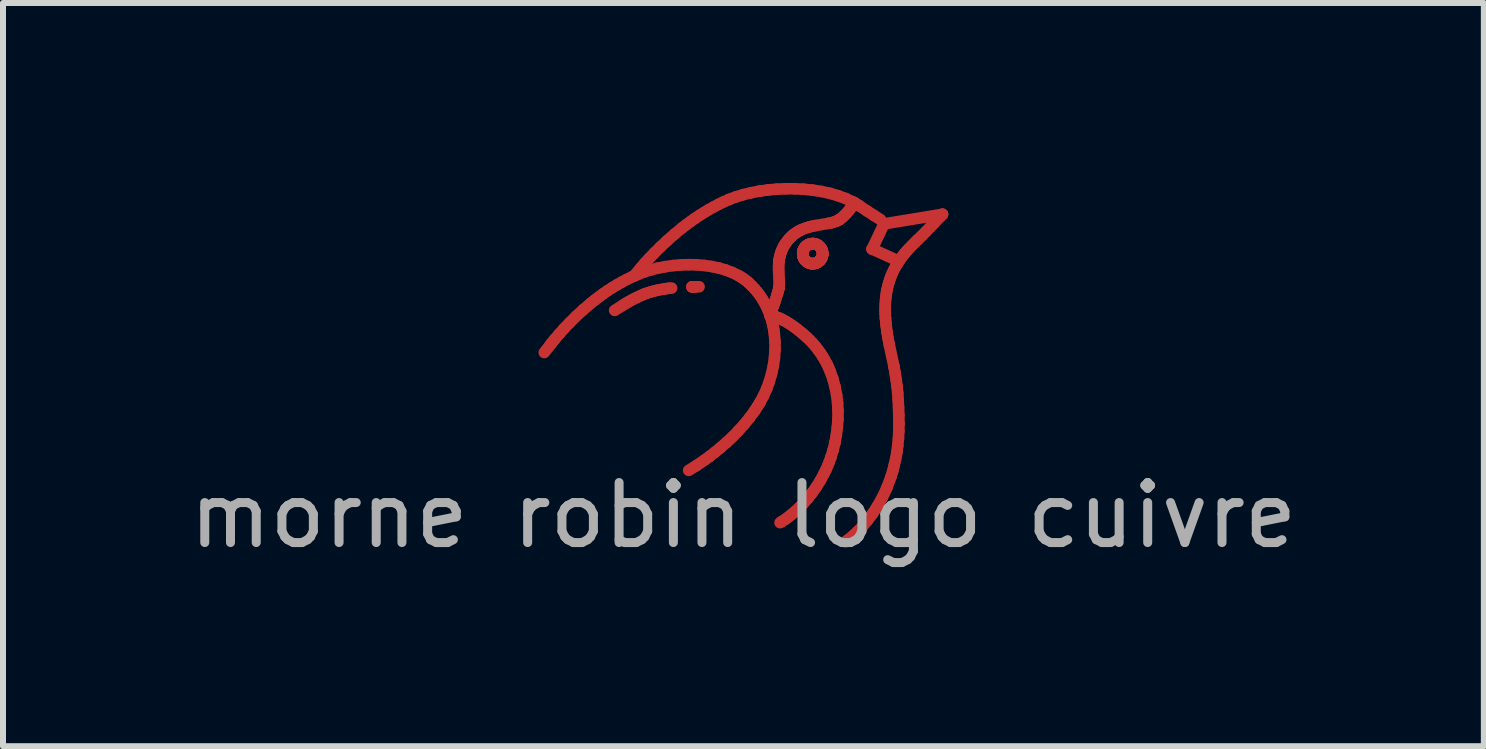
<source format=kicad_pcb>
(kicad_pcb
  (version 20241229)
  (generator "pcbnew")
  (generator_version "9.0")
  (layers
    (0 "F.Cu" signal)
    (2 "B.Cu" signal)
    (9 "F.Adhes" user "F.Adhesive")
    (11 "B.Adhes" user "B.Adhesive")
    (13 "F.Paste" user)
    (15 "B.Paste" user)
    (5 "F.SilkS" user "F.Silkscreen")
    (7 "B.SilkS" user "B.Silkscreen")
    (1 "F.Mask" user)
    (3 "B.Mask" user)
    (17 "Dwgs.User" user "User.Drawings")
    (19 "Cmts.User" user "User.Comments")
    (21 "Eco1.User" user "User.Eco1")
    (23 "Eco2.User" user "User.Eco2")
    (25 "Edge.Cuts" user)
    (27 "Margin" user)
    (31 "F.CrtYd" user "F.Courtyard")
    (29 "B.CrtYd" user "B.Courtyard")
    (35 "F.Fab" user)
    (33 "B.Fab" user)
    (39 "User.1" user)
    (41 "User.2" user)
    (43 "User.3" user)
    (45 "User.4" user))
  (footprint "morne robin logo cuivre"
    (layer "F.Cu")
    (at 9.339 3.037)
    (property "Reference" "morne robin logo cuivre" (at 13.1 -6.65 0) (unlocked yes) (layer "User.7") (effects (font (size 1 1) (thickness 0.15))))
    (attr smd)
    (fp_line (start -3.318 -0.212) (end -3.206 -0.357) (stroke (width 0.193) (type solid)) (layer "F.Cu"))
    (fp_line (start -3.206 -0.357) (end -3.146 -0.431) (stroke (width 0.193) (type solid)) (layer "F.Cu"))
    (fp_line (start -3.146 -0.431) (end -3.074 -0.516) (stroke (width 0.193) (type solid)) (layer "F.Cu"))
    (fp_line (start -3.074 -0.516) (end -2.99 -0.61) (stroke (width 0.193) (type solid)) (layer "F.Cu"))
    (fp_line (start -2.99 -0.61) (end -2.894 -0.71) (stroke (width 0.193) (type solid)) (layer "F.Cu"))
    (fp_line (start -2.894 -0.71) (end -2.788 -0.816) (stroke (width 0.193) (type solid)) (layer "F.Cu"))
    (fp_line (start -2.788 -0.816) (end -2.671 -0.924) (stroke (width 0.193) (type solid)) (layer "F.Cu"))
    (fp_line (start -2.671 -0.924) (end -2.545 -1.032) (stroke (width 0.193) (type solid)) (layer "F.Cu"))
    (fp_line (start -2.545 -1.032) (end -2.478 -1.086) (stroke (width 0.193) (type solid)) (layer "F.Cu"))
    (fp_line (start -2.478 -1.086) (end -2.408 -1.139) (stroke (width 0.193) (type solid)) (layer "F.Cu"))
    (fp_line (start -2.408 -1.139) (end -2.337 -1.191) (stroke (width 0.193) (type solid)) (layer "F.Cu"))
    (fp_line (start -2.337 -1.191) (end -2.263 -1.242) (stroke (width 0.193) (type solid)) (layer "F.Cu"))
    (fp_line (start -2.263 -1.242) (end -2.187 -1.292) (stroke (width 0.193) (type solid)) (layer "F.Cu"))
    (fp_line (start -2.187 -1.292) (end -2.108 -1.34) (stroke (width 0.193) (type solid)) (layer "F.Cu"))
    (fp_line (start -2.145 -0.914) (end -1.992 -1.011) (stroke (width 0.193) (type solid)) (layer "F.Cu"))
    (fp_line (start -2.108 -1.34) (end -2.028 -1.385) (stroke (width 0.193) (type solid)) (layer "F.Cu"))
    (fp_line (start -2.028 -1.385) (end -1.945 -1.429) (stroke (width 0.193) (type solid)) (layer "F.Cu"))
    (fp_line (start -1.992 -1.011) (end -1.956 -1.033) (stroke (width 0.193) (type solid)) (layer "F.Cu"))
    (fp_line (start -1.956 -1.033) (end -1.917 -1.055) (stroke (width 0.193) (type solid)) (layer "F.Cu"))
    (fp_line (start -1.945 -1.429) (end -1.861 -1.47) (stroke (width 0.193) (type solid)) (layer "F.Cu"))
    (fp_line (start -1.917 -1.055) (end -1.877 -1.078) (stroke (width 0.193) (type solid)) (layer "F.Cu"))
    (fp_line (start -1.877 -1.078) (end -1.834 -1.101) (stroke (width 0.193) (type solid)) (layer "F.Cu"))
    (fp_line (start -1.861 -1.47) (end -1.774 -1.509) (stroke (width 0.193) (type solid)) (layer "F.Cu"))
    (fp_line (start -1.834 -1.101) (end -1.79 -1.123) (stroke (width 0.193) (type solid)) (layer "F.Cu"))
    (fp_line (start -1.825 -1.485) (end -1.707 -1.627) (stroke (width 0.193) (type solid)) (layer "F.Cu"))
    (fp_line (start -1.79 -1.123) (end -1.744 -1.145) (stroke (width 0.193) (type solid)) (layer "F.Cu"))
    (fp_line (start -1.774 -1.509) (end -1.774 -1.509) (stroke (width 0.193) (type solid)) (layer "F.Cu"))
    (fp_line (start -1.774 -1.509) (end -1.663 -1.552) (stroke (width 0.193) (type solid)) (layer "F.Cu"))
    (fp_line (start -1.744 -1.145) (end -1.697 -1.166) (stroke (width 0.193) (type solid)) (layer "F.Cu"))
    (fp_line (start -1.707 -1.627) (end -1.644 -1.699) (stroke (width 0.193) (type solid)) (layer "F.Cu"))
    (fp_line (start -1.697 -1.166) (end -1.65 -1.186) (stroke (width 0.193) (type solid)) (layer "F.Cu"))
    (fp_line (start -1.663 -1.552) (end -1.546 -1.588) (stroke (width 0.193) (type solid)) (layer "F.Cu"))
    (fp_line (start -1.65 -1.186) (end -1.65 -1.186) (stroke (width 0.193) (type solid)) (layer "F.Cu"))
    (fp_line (start -1.65 -1.186) (end -1.609 -1.201) (stroke (width 0.193) (type solid)) (layer "F.Cu"))
    (fp_line (start -1.644 -1.699) (end -1.568 -1.783) (stroke (width 0.193) (type solid)) (layer "F.Cu"))
    (fp_line (start -1.609 -1.201) (end -1.568 -1.215) (stroke (width 0.193) (type solid)) (layer "F.Cu"))
    (fp_line (start -1.568 -1.215) (end -1.527 -1.227) (stroke (width 0.193) (type solid)) (layer "F.Cu"))
    (fp_line (start -1.568 -1.783) (end -1.48 -1.875) (stroke (width 0.193) (type solid)) (layer "F.Cu"))
    (fp_line (start -1.546 -1.588) (end -1.425 -1.619) (stroke (width 0.193) (type solid)) (layer "F.Cu"))
    (fp_line (start -1.527 -1.227) (end -1.487 -1.238) (stroke (width 0.193) (type solid)) (layer "F.Cu"))
    (fp_line (start -1.487 -1.238) (end -1.448 -1.247) (stroke (width 0.193) (type solid)) (layer "F.Cu"))
    (fp_line (start -1.48 -1.875) (end -1.381 -1.973) (stroke (width 0.193) (type solid)) (layer "F.Cu"))
    (fp_line (start -1.448 -1.247) (end -1.41 -1.255) (stroke (width 0.193) (type solid)) (layer "F.Cu"))
    (fp_line (start -1.425 -1.619) (end -1.299 -1.643) (stroke (width 0.193) (type solid)) (layer "F.Cu"))
    (fp_line (start -1.41 -1.255) (end -1.341 -1.268) (stroke (width 0.193) (type solid)) (layer "F.Cu"))
    (fp_line (start -1.381 -1.973) (end -1.27 -2.077) (stroke (width 0.193) (type solid)) (layer "F.Cu"))
    (fp_line (start -1.341 -1.268) (end -1.282 -1.277) (stroke (width 0.193) (type solid)) (layer "F.Cu"))
    (fp_line (start -1.299 -1.643) (end -1.171 -1.661) (stroke (width 0.193) (type solid)) (layer "F.Cu"))
    (fp_line (start -1.282 -1.277) (end -1.236 -1.283) (stroke (width 0.193) (type solid)) (layer "F.Cu"))
    (fp_line (start -1.27 -2.077) (end -1.15 -2.183) (stroke (width 0.193) (type solid)) (layer "F.Cu"))
    (fp_line (start -1.236 -1.283) (end -1.196 -1.286) (stroke (width 0.193) (type solid)) (layer "F.Cu"))
    (fp_line (start -1.171 -1.661) (end -1.042 -1.672) (stroke (width 0.193) (type solid)) (layer "F.Cu"))
    (fp_line (start -1.15 -2.183) (end -1.02 -2.29) (stroke (width 0.193) (type solid)) (layer "F.Cu"))
    (fp_line (start -1.042 -1.672) (end -0.912 -1.676) (stroke (width 0.193) (type solid)) (layer "F.Cu"))
    (fp_line (start -1.02 -2.29) (end -0.951 -2.343) (stroke (width 0.193) (type solid)) (layer "F.Cu"))
    (fp_line (start -0.951 -2.343) (end -0.88 -2.395) (stroke (width 0.193) (type solid)) (layer "F.Cu"))
    (fp_line (start -0.912 -1.676) (end -0.783 -1.674) (stroke (width 0.193) (type solid)) (layer "F.Cu"))
    (fp_line (start -0.88 -2.395) (end -0.807 -2.447) (stroke (width 0.193) (type solid)) (layer "F.Cu"))
    (fp_line (start -0.859 -1.306) (end -0.857 -1.306) (stroke (width 0.193) (type solid)) (layer "F.Cu"))
    (fp_line (start -0.857 -1.306) (end -0.853 -1.306) (stroke (width 0.193) (type solid)) (layer "F.Cu"))
    (fp_line (start -0.853 -1.306) (end -0.84 -1.305) (stroke (width 0.193) (type solid)) (layer "F.Cu"))
    (fp_line (start -0.84 -1.305) (end -0.798 -1.306) (stroke (width 0.193) (type solid)) (layer "F.Cu"))
    (fp_line (start -0.807 -2.447) (end -0.732 -2.497) (stroke (width 0.193) (type solid)) (layer "F.Cu"))
    (fp_line (start -0.798 -1.306) (end -0.739 -1.308) (stroke (width 0.193) (type solid)) (layer "F.Cu"))
    (fp_line (start -0.785 1.674) (end -0.912 1.752) (stroke (width 0.193) (type solid)) (layer "F.Cu"))
    (fp_line (start -0.783 -1.674) (end -0.656 -1.663) (stroke (width 0.193) (type solid)) (layer "F.Cu"))
    (fp_line (start -0.732 -2.497) (end -0.654 -2.546) (stroke (width 0.193) (type solid)) (layer "F.Cu"))
    (fp_line (start -0.656 -1.663) (end -0.532 -1.646) (stroke (width 0.193) (type solid)) (layer "F.Cu"))
    (fp_line (start -0.654 -2.546) (end -0.575 -2.594) (stroke (width 0.193) (type solid)) (layer "F.Cu"))
    (fp_line (start -0.646 1.579) (end -0.785 1.674) (stroke (width 0.193) (type solid)) (layer "F.Cu"))
    (fp_line (start -0.575 -2.594) (end -0.494 -2.639) (stroke (width 0.193) (type solid)) (layer "F.Cu"))
    (fp_line (start -0.563 1.519) (end -0.646 1.579) (stroke (width 0.193) (type solid)) (layer "F.Cu"))
    (fp_line (start -0.532 -1.646) (end -0.412 -1.621) (stroke (width 0.193) (type solid)) (layer "F.Cu"))
    (fp_line (start -0.494 -2.639) (end -0.411 -2.683) (stroke (width 0.193) (type solid)) (layer "F.Cu"))
    (fp_line (start -0.474 1.45) (end -0.563 1.519) (stroke (width 0.193) (type solid)) (layer "F.Cu"))
    (fp_line (start -0.412 -1.621) (end -0.298 -1.588) (stroke (width 0.193) (type solid)) (layer "F.Cu"))
    (fp_line (start -0.411 -2.683) (end -0.326 -2.724) (stroke (width 0.193) (type solid)) (layer "F.Cu"))
    (fp_line (start -0.38 1.373) (end -0.474 1.45) (stroke (width 0.193) (type solid)) (layer "F.Cu"))
    (fp_line (start -0.326 -2.724) (end -0.239 -2.762) (stroke (width 0.193) (type solid)) (layer "F.Cu"))
    (fp_line (start -0.298 -1.588) (end -0.189 -1.547) (stroke (width 0.193) (type solid)) (layer "F.Cu"))
    (fp_line (start -0.283 1.288) (end -0.38 1.373) (stroke (width 0.193) (type solid)) (layer "F.Cu"))
    (fp_line (start -0.239 -2.762) (end -0.239 -2.762) (stroke (width 0.193) (type solid)) (layer "F.Cu"))
    (fp_line (start -0.239 -2.762) (end -0.126 -2.805) (stroke (width 0.193) (type solid)) (layer "F.Cu"))
    (fp_line (start -0.189 -1.547) (end -0.088 -1.498) (stroke (width 0.193) (type solid)) (layer "F.Cu"))
    (fp_line (start -0.184 1.196) (end -0.283 1.288) (stroke (width 0.193) (type solid)) (layer "F.Cu"))
    (fp_line (start -0.126 -2.805) (end -0.003 -2.843) (stroke (width 0.193) (type solid)) (layer "F.Cu"))
    (fp_line (start -0.088 -1.498) (end -0.041 -1.47) (stroke (width 0.193) (type solid)) (layer "F.Cu"))
    (fp_line (start -0.086 1.095) (end -0.184 1.196) (stroke (width 0.193) (type solid)) (layer "F.Cu"))
    (fp_line (start -0.041 -1.47) (end 0.004 -1.441) (stroke (width 0.193) (type solid)) (layer "F.Cu"))
    (fp_line (start -0.003 -2.843) (end 0.128 -2.875) (stroke (width 0.193) (type solid)) (layer "F.Cu"))
    (fp_line (start 0.004 -1.441) (end 0.047 -1.409) (stroke (width 0.193) (type solid)) (layer "F.Cu"))
    (fp_line (start 0.011 0.988) (end -0.086 1.095) (stroke (width 0.193) (type solid)) (layer "F.Cu"))
    (fp_line (start 0.047 -1.409) (end 0.087 -1.375) (stroke (width 0.193) (type solid)) (layer "F.Cu"))
    (fp_line (start 0.087 -1.375) (end 0.087 -1.375) (stroke (width 0.193) (type solid)) (layer "F.Cu"))
    (fp_line (start 0.087 -1.375) (end 0.14 -1.324) (stroke (width 0.193) (type solid)) (layer "F.Cu"))
    (fp_line (start 0.104 0.873) (end 0.011 0.988) (stroke (width 0.193) (type solid)) (layer "F.Cu"))
    (fp_line (start 0.128 -2.875) (end 0.265 -2.901) (stroke (width 0.193) (type solid)) (layer "F.Cu"))
    (fp_line (start 0.14 -1.324) (end 0.189 -1.272) (stroke (width 0.193) (type solid)) (layer "F.Cu"))
    (fp_line (start 0.189 -1.272) (end 0.235 -1.218) (stroke (width 0.193) (type solid)) (layer "F.Cu"))
    (fp_line (start 0.192 0.752) (end 0.104 0.873) (stroke (width 0.193) (type solid)) (layer "F.Cu"))
    (fp_line (start 0.234 0.688) (end 0.192 0.752) (stroke (width 0.193) (type solid)) (layer "F.Cu"))
    (fp_line (start 0.235 -1.218) (end 0.277 -1.162) (stroke (width 0.193) (type solid)) (layer "F.Cu"))
    (fp_line (start 0.265 -2.901) (end 0.408 -2.921) (stroke (width 0.193) (type solid)) (layer "F.Cu"))
    (fp_line (start 0.274 0.624) (end 0.234 0.688) (stroke (width 0.193) (type solid)) (layer "F.Cu"))
    (fp_line (start 0.274 0.624) (end 0.274 0.624) (stroke (width 0.193) (type solid)) (layer "F.Cu"))
    (fp_line (start 0.277 -1.162) (end 0.315 -1.104) (stroke (width 0.193) (type solid)) (layer "F.Cu"))
    (fp_line (start 0.315 -1.104) (end 0.35 -1.045) (stroke (width 0.193) (type solid)) (layer "F.Cu"))
    (fp_line (start 0.334 0.512) (end 0.274 0.624) (stroke (width 0.193) (type solid)) (layer "F.Cu"))
    (fp_line (start 0.35 -1.045) (end 0.382 -0.984) (stroke (width 0.193) (type solid)) (layer "F.Cu"))
    (fp_line (start 0.382 -0.984) (end 0.41 -0.922) (stroke (width 0.193) (type solid)) (layer "F.Cu"))
    (fp_line (start 0.388 0.393) (end 0.334 0.512) (stroke (width 0.193) (type solid)) (layer "F.Cu"))
    (fp_line (start 0.408 -2.921) (end 0.555 -2.934) (stroke (width 0.193) (type solid)) (layer "F.Cu"))
    (fp_line (start 0.41 -0.922) (end 0.435 -0.859) (stroke (width 0.193) (type solid)) (layer "F.Cu"))
    (fp_line (start 0.433 0.269) (end 0.388 0.393) (stroke (width 0.193) (type solid)) (layer "F.Cu"))
    (fp_line (start 0.435 -0.859) (end 0.457 -0.795) (stroke (width 0.193) (type solid)) (layer "F.Cu"))
    (fp_line (start 0.44 -0.826) (end 0.478 -0.821) (stroke (width 0.193) (type solid)) (layer "F.Cu"))
    (fp_line (start 0.457 -0.795) (end 0.476 -0.73) (stroke (width 0.193) (type solid)) (layer "F.Cu"))
    (fp_line (start 0.47 0.141) (end 0.433 0.269) (stroke (width 0.193) (type solid)) (layer "F.Cu"))
    (fp_line (start 0.476 -0.933) (end 0.477 -0.934) (stroke (width 0.193) (type solid)) (layer "F.Cu"))
    (fp_line (start 0.476 -0.73) (end 0.492 -0.664) (stroke (width 0.193) (type solid)) (layer "F.Cu"))
    (fp_line (start 0.477 -0.934) (end 0.478 -0.935) (stroke (width 0.193) (type solid)) (layer "F.Cu"))
    (fp_line (start 0.478 -0.935) (end 0.481 -0.941) (stroke (width 0.193) (type solid)) (layer "F.Cu"))
    (fp_line (start 0.478 -0.821) (end 0.499 -0.817) (stroke (width 0.193) (type solid)) (layer "F.Cu"))
    (fp_line (start 0.481 -0.941) (end 0.49 -0.964) (stroke (width 0.193) (type solid)) (layer "F.Cu"))
    (fp_line (start 0.49 -0.964) (end 0.504 -1) (stroke (width 0.193) (type solid)) (layer "F.Cu"))
    (fp_line (start 0.492 -0.664) (end 0.505 -0.598) (stroke (width 0.193) (type solid)) (layer "F.Cu"))
    (fp_line (start 0.499 0.01) (end 0.47 0.141) (stroke (width 0.193) (type solid)) (layer "F.Cu"))
    (fp_line (start 0.499 -0.817) (end 0.525 -0.81) (stroke (width 0.193) (type solid)) (layer "F.Cu"))
    (fp_line (start 0.504 -1) (end 0.521 -1.047) (stroke (width 0.193) (type solid)) (layer "F.Cu"))
    (fp_line (start 0.505 -0.598) (end 0.515 -0.531) (stroke (width 0.193) (type solid)) (layer "F.Cu"))
    (fp_line (start 0.515 -0.531) (end 0.527 -0.395) (stroke (width 0.193) (type solid)) (layer "F.Cu"))
    (fp_line (start 0.518 -0.124) (end 0.499 0.01) (stroke (width 0.193) (type solid)) (layer "F.Cu"))
    (fp_line (start 0.521 -1.047) (end 0.539 -1.102) (stroke (width 0.193) (type solid)) (layer "F.Cu"))
    (fp_line (start 0.525 -0.81) (end 0.54 -0.806) (stroke (width 0.193) (type solid)) (layer "F.Cu"))
    (fp_line (start 0.527 -0.395) (end 0.528 -0.26) (stroke (width 0.193) (type solid)) (layer "F.Cu"))
    (fp_line (start 0.528 -0.26) (end 0.518 -0.124) (stroke (width 0.193) (type solid)) (layer "F.Cu"))
    (fp_line (start 0.539 -1.102) (end 0.558 -1.162) (stroke (width 0.193) (type solid)) (layer "F.Cu"))
    (fp_line (start 0.54 -0.806) (end 0.556 -0.801) (stroke (width 0.193) (type solid)) (layer "F.Cu"))
    (fp_line (start 0.555 -2.934) (end 0.705 -2.941) (stroke (width 0.193) (type solid)) (layer "F.Cu"))
    (fp_line (start 0.556 -0.801) (end 0.572 -0.794) (stroke (width 0.193) (type solid)) (layer "F.Cu"))
    (fp_line (start 0.558 -1.162) (end 0.567 -1.192) (stroke (width 0.193) (type solid)) (layer "F.Cu"))
    (fp_line (start 0.567 -1.192) (end 0.576 -1.223) (stroke (width 0.193) (type solid)) (layer "F.Cu"))
    (fp_line (start 0.572 -0.794) (end 0.591 -0.787) (stroke (width 0.193) (type solid)) (layer "F.Cu"))
    (fp_line (start 0.576 -1.223) (end 0.585 -1.254) (stroke (width 0.193) (type solid)) (layer "F.Cu"))
    (fp_line (start 0.585 -1.254) (end 0.592 -1.285) (stroke (width 0.193) (type solid)) (layer "F.Cu"))
    (fp_line (start 0.587 -1.643) (end 0.59 -1.699) (stroke (width 0.193) (type solid)) (layer "F.Cu"))
    (fp_line (start 0.587 -1.589) (end 0.587 -1.643) (stroke (width 0.193) (type solid)) (layer "F.Cu"))
    (fp_line (start 0.589 -1.537) (end 0.587 -1.589) (stroke (width 0.193) (type solid)) (layer "F.Cu"))
    (fp_line (start 0.59 -1.699) (end 0.592 -1.728) (stroke (width 0.193) (type solid)) (layer "F.Cu"))
    (fp_line (start 0.591 -0.787) (end 0.61 -0.779) (stroke (width 0.193) (type solid)) (layer "F.Cu"))
    (fp_line (start 0.592 -1.285) (end 0.592 -1.285) (stroke (width 0.193) (type solid)) (layer "F.Cu"))
    (fp_line (start 0.592 -1.285) (end 0.595 -1.301) (stroke (width 0.193) (type solid)) (layer "F.Cu"))
    (fp_line (start 0.592 -1.728) (end 0.596 -1.757) (stroke (width 0.193) (type solid)) (layer "F.Cu"))
    (fp_line (start 0.595 -1.301) (end 0.598 -1.318) (stroke (width 0.193) (type solid)) (layer "F.Cu"))
    (fp_line (start 0.596 -1.44) (end 0.589 -1.537) (stroke (width 0.193) (type solid)) (layer "F.Cu"))
    (fp_line (start 0.596 -1.757) (end 0.601 -1.786) (stroke (width 0.193) (type solid)) (layer "F.Cu"))
    (fp_line (start 0.598 -1.318) (end 0.599 -1.355) (stroke (width 0.193) (type solid)) (layer "F.Cu"))
    (fp_line (start 0.599 -1.396) (end 0.596 -1.44) (stroke (width 0.193) (type solid)) (layer "F.Cu"))
    (fp_line (start 0.599 -1.355) (end 0.599 -1.396) (stroke (width 0.193) (type solid)) (layer "F.Cu"))
    (fp_line (start 0.601 -1.786) (end 0.608 -1.816) (stroke (width 0.193) (type solid)) (layer "F.Cu"))
    (fp_line (start 0.608 -1.816) (end 0.616 -1.845) (stroke (width 0.193) (type solid)) (layer "F.Cu"))
    (fp_line (start 0.61 -0.779) (end 0.631 -0.77) (stroke (width 0.193) (type solid)) (layer "F.Cu"))
    (fp_line (start 0.616 -1.845) (end 0.625 -1.875) (stroke (width 0.193) (type solid)) (layer "F.Cu"))
    (fp_line (start 0.625 -1.875) (end 0.636 -1.905) (stroke (width 0.193) (type solid)) (layer "F.Cu"))
    (fp_line (start 0.631 -0.77) (end 0.652 -0.759) (stroke (width 0.193) (type solid)) (layer "F.Cu"))
    (fp_line (start 0.636 -1.905) (end 0.649 -1.935) (stroke (width 0.193) (type solid)) (layer "F.Cu"))
    (fp_line (start 0.636 2.608) (end 0.611 2.623) (stroke (width 0.193) (type solid)) (layer "F.Cu"))
    (fp_line (start 0.649 -1.935) (end 0.663 -1.965) (stroke (width 0.193) (type solid)) (layer "F.Cu"))
    (fp_line (start 0.652 -0.759) (end 0.675 -0.747) (stroke (width 0.193) (type solid)) (layer "F.Cu"))
    (fp_line (start 0.663 -1.965) (end 0.68 -1.996) (stroke (width 0.193) (type solid)) (layer "F.Cu"))
    (fp_line (start 0.675 -0.747) (end 0.7 -0.734) (stroke (width 0.193) (type solid)) (layer "F.Cu"))
    (fp_line (start 0.68 -1.996) (end 0.699 -2.026) (stroke (width 0.193) (type solid)) (layer "F.Cu"))
    (fp_line (start 0.699 -2.026) (end 0.72 -2.056) (stroke (width 0.193) (type solid)) (layer "F.Cu"))
    (fp_line (start 0.7 -0.734) (end 0.725 -0.719) (stroke (width 0.193) (type solid)) (layer "F.Cu"))
    (fp_line (start 0.705 -2.941) (end 0.856 -2.941) (stroke (width 0.193) (type solid)) (layer "F.Cu"))
    (fp_line (start 0.706 2.562) (end 0.636 2.608) (stroke (width 0.193) (type solid)) (layer "F.Cu"))
    (fp_line (start 0.72 -2.056) (end 0.744 -2.086) (stroke (width 0.193) (type solid)) (layer "F.Cu"))
    (fp_line (start 0.725 -0.719) (end 0.752 -0.702) (stroke (width 0.193) (type solid)) (layer "F.Cu"))
    (fp_line (start 0.744 -2.086) (end 0.77 -2.116) (stroke (width 0.193) (type solid)) (layer "F.Cu"))
    (fp_line (start 0.752 -0.702) (end 0.78 -0.684) (stroke (width 0.193) (type solid)) (layer "F.Cu"))
    (fp_line (start 0.753 2.527) (end 0.706 2.562) (stroke (width 0.193) (type solid)) (layer "F.Cu"))
    (fp_line (start 0.77 -2.116) (end 0.77 -2.116) (stroke (width 0.193) (type solid)) (layer "F.Cu"))
    (fp_line (start 0.77 -2.116) (end 0.793 -2.14) (stroke (width 0.193) (type solid)) (layer "F.Cu"))
    (fp_line (start 0.78 -0.684) (end 0.809 -0.665) (stroke (width 0.193) (type solid)) (layer "F.Cu"))
    (fp_line (start 0.793 -2.14) (end 0.818 -2.163) (stroke (width 0.193) (type solid)) (layer "F.Cu"))
    (fp_line (start 0.808 2.483) (end 0.753 2.527) (stroke (width 0.193) (type solid)) (layer "F.Cu"))
    (fp_line (start 0.809 -0.665) (end 0.84 -0.643) (stroke (width 0.193) (type solid)) (layer "F.Cu"))
    (fp_line (start 0.818 -2.163) (end 0.843 -2.183) (stroke (width 0.193) (type solid)) (layer "F.Cu"))
    (fp_line (start 0.84 -0.643) (end 0.872 -0.62) (stroke (width 0.193) (type solid)) (layer "F.Cu"))
    (fp_line (start 0.843 -2.183) (end 0.869 -2.202) (stroke (width 0.193) (type solid)) (layer "F.Cu"))
    (fp_line (start 0.856 -2.941) (end 1.006 -2.933) (stroke (width 0.193) (type solid)) (layer "F.Cu"))
    (fp_line (start 0.869 -2.202) (end 0.895 -2.219) (stroke (width 0.193) (type solid)) (layer "F.Cu"))
    (fp_line (start 0.869 2.431) (end 0.808 2.483) (stroke (width 0.193) (type solid)) (layer "F.Cu"))
    (fp_line (start 0.872 -0.62) (end 0.905 -0.594) (stroke (width 0.193) (type solid)) (layer "F.Cu"))
    (fp_line (start 0.895 -2.219) (end 0.922 -2.235) (stroke (width 0.193) (type solid)) (layer "F.Cu"))
    (fp_line (start 0.905 -0.594) (end 0.939 -0.567) (stroke (width 0.193) (type solid)) (layer "F.Cu"))
    (fp_line (start 0.922 -2.235) (end 0.949 -2.249) (stroke (width 0.193) (type solid)) (layer "F.Cu"))
    (fp_line (start 0.934 2.37) (end 0.869 2.431) (stroke (width 0.193) (type solid)) (layer "F.Cu"))
    (fp_line (start 0.939 -0.567) (end 0.975 -0.537) (stroke (width 0.193) (type solid)) (layer "F.Cu"))
    (fp_line (start 0.949 -2.249) (end 0.976 -2.262) (stroke (width 0.193) (type solid)) (layer "F.Cu"))
    (fp_line (start 0.975 -0.537) (end 1.012 -0.506) (stroke (width 0.193) (type solid)) (layer "F.Cu"))
    (fp_line (start 0.976 -2.262) (end 1.032 -2.284) (stroke (width 0.193) (type solid)) (layer "F.Cu"))
    (fp_line (start 0.989 -1.86) (end 0.989 -1.86) (stroke (width 0.193) (type solid)) (layer "F.Cu"))
    (fp_line (start 0.989 -1.86) (end 0.989 -1.869) (stroke (width 0.193) (type solid)) (layer "F.Cu"))
    (fp_line (start 0.989 -1.869) (end 0.99 -1.877) (stroke (width 0.193) (type solid)) (layer "F.Cu"))
    (fp_line (start 0.989 -1.851) (end 0.989 -1.86) (stroke (width 0.193) (type solid)) (layer "F.Cu"))
    (fp_line (start 0.99 -1.877) (end 0.991 -1.886) (stroke (width 0.193) (type solid)) (layer "F.Cu"))
    (fp_line (start 0.99 -1.843) (end 0.989 -1.851) (stroke (width 0.193) (type solid)) (layer "F.Cu"))
    (fp_line (start 0.991 -1.886) (end 0.992 -1.894) (stroke (width 0.193) (type solid)) (layer "F.Cu"))
    (fp_line (start 0.991 -1.835) (end 0.99 -1.843) (stroke (width 0.193) (type solid)) (layer "F.Cu"))
    (fp_line (start 0.992 -1.894) (end 0.994 -1.902) (stroke (width 0.193) (type solid)) (layer "F.Cu"))
    (fp_line (start 0.992 -1.826) (end 0.991 -1.835) (stroke (width 0.193) (type solid)) (layer "F.Cu"))
    (fp_line (start 0.994 -1.902) (end 0.996 -1.91) (stroke (width 0.193) (type solid)) (layer "F.Cu"))
    (fp_line (start 0.994 -1.818) (end 0.992 -1.826) (stroke (width 0.193) (type solid)) (layer "F.Cu"))
    (fp_line (start 0.996 -1.91) (end 0.999 -1.918) (stroke (width 0.193) (type solid)) (layer "F.Cu"))
    (fp_line (start 0.996 -1.81) (end 0.994 -1.818) (stroke (width 0.193) (type solid)) (layer "F.Cu"))
    (fp_line (start 0.999 -1.918) (end 1.002 -1.925) (stroke (width 0.193) (type solid)) (layer "F.Cu"))
    (fp_line (start 0.999 -1.802) (end 0.996 -1.81) (stroke (width 0.193) (type solid)) (layer "F.Cu"))
    (fp_line (start 1.002 2.3) (end 0.934 2.37) (stroke (width 0.193) (type solid)) (layer "F.Cu"))
    (fp_line (start 1.002 -1.925) (end 1.005 -1.933) (stroke (width 0.193) (type solid)) (layer "F.Cu"))
    (fp_line (start 1.002 -1.795) (end 0.999 -1.802) (stroke (width 0.193) (type solid)) (layer "F.Cu"))
    (fp_line (start 1.005 -1.933) (end 1.009 -1.94) (stroke (width 0.193) (type solid)) (layer "F.Cu"))
    (fp_line (start 1.005 -1.787) (end 1.002 -1.795) (stroke (width 0.193) (type solid)) (layer "F.Cu"))
    (fp_line (start 1.006 -2.933) (end 1.155 -2.918) (stroke (width 0.193) (type solid)) (layer "F.Cu"))
    (fp_line (start 1.009 -1.94) (end 1.013 -1.947) (stroke (width 0.193) (type solid)) (layer "F.Cu"))
    (fp_line (start 1.009 -1.78) (end 1.005 -1.787) (stroke (width 0.193) (type solid)) (layer "F.Cu"))
    (fp_line (start 1.012 -0.506) (end 1.05 -0.472) (stroke (width 0.193) (type solid)) (layer "F.Cu"))
    (fp_line (start 1.013 -1.947) (end 1.017 -1.954) (stroke (width 0.193) (type solid)) (layer "F.Cu"))
    (fp_line (start 1.013 -1.773) (end 1.009 -1.78) (stroke (width 0.193) (type solid)) (layer "F.Cu"))
    (fp_line (start 1.017 -1.954) (end 1.022 -1.96) (stroke (width 0.193) (type solid)) (layer "F.Cu"))
    (fp_line (start 1.017 -1.766) (end 1.013 -1.773) (stroke (width 0.193) (type solid)) (layer "F.Cu"))
    (fp_line (start 1.022 -1.96) (end 1.027 -1.967) (stroke (width 0.193) (type solid)) (layer "F.Cu"))
    (fp_line (start 1.022 -1.76) (end 1.017 -1.766) (stroke (width 0.193) (type solid)) (layer "F.Cu"))
    (fp_line (start 1.027 -1.967) (end 1.032 -1.973) (stroke (width 0.193) (type solid)) (layer "F.Cu"))
    (fp_line (start 1.027 -1.753) (end 1.022 -1.76) (stroke (width 0.193) (type solid)) (layer "F.Cu"))
    (fp_line (start 1.032 -1.973) (end 1.038 -1.978) (stroke (width 0.193) (type solid)) (layer "F.Cu"))
    (fp_line (start 1.032 -1.747) (end 1.027 -1.753) (stroke (width 0.193) (type solid)) (layer "F.Cu"))
    (fp_line (start 1.032 -2.284) (end 1.089 -2.302) (stroke (width 0.193) (type solid)) (layer "F.Cu"))
    (fp_line (start 1.038 -1.978) (end 1.043 -1.984) (stroke (width 0.193) (type solid)) (layer "F.Cu"))
    (fp_line (start 1.038 -1.742) (end 1.032 -1.747) (stroke (width 0.193) (type solid)) (layer "F.Cu"))
    (fp_line (start 1.043 -1.984) (end 1.049 -1.989) (stroke (width 0.193) (type solid)) (layer "F.Cu"))
    (fp_line (start 1.043 -1.736) (end 1.038 -1.742) (stroke (width 0.193) (type solid)) (layer "F.Cu"))
    (fp_line (start 1.049 -1.989) (end 1.056 -1.994) (stroke (width 0.193) (type solid)) (layer "F.Cu"))
    (fp_line (start 1.049 -1.731) (end 1.043 -1.736) (stroke (width 0.193) (type solid)) (layer "F.Cu"))
    (fp_line (start 1.05 -0.472) (end 1.05 -0.472) (stroke (width 0.193) (type solid)) (layer "F.Cu"))
    (fp_line (start 1.05 -0.472) (end 1.103 -0.422) (stroke (width 0.193) (type solid)) (layer "F.Cu"))
    (fp_line (start 1.056 -1.994) (end 1.062 -1.999) (stroke (width 0.193) (type solid)) (layer "F.Cu"))
    (fp_line (start 1.056 -1.726) (end 1.049 -1.731) (stroke (width 0.193) (type solid)) (layer "F.Cu"))
    (fp_line (start 1.062 -1.999) (end 1.069 -2.003) (stroke (width 0.193) (type solid)) (layer "F.Cu"))
    (fp_line (start 1.062 -1.721) (end 1.056 -1.726) (stroke (width 0.193) (type solid)) (layer "F.Cu"))
    (fp_line (start 1.069 -2.003) (end 1.076 -2.007) (stroke (width 0.193) (type solid)) (layer "F.Cu"))
    (fp_line (start 1.069 -1.717) (end 1.062 -1.721) (stroke (width 0.193) (type solid)) (layer "F.Cu"))
    (fp_line (start 1.072 2.221) (end 1.002 2.3) (stroke (width 0.193) (type solid)) (layer "F.Cu"))
    (fp_line (start 1.076 -2.007) (end 1.083 -2.011) (stroke (width 0.193) (type solid)) (layer "F.Cu"))
    (fp_line (start 1.076 -1.713) (end 1.069 -1.717) (stroke (width 0.193) (type solid)) (layer "F.Cu"))
    (fp_line (start 1.083 -2.011) (end 1.09 -2.014) (stroke (width 0.193) (type solid)) (layer "F.Cu"))
    (fp_line (start 1.083 -1.709) (end 1.076 -1.713) (stroke (width 0.193) (type solid)) (layer "F.Cu"))
    (fp_line (start 1.089 -2.302) (end 1.146 -2.317) (stroke (width 0.193) (type solid)) (layer "F.Cu"))
    (fp_line (start 1.09 -2.014) (end 1.098 -2.017) (stroke (width 0.193) (type solid)) (layer "F.Cu"))
    (fp_line (start 1.09 -1.706) (end 1.083 -1.709) (stroke (width 0.193) (type solid)) (layer "F.Cu"))
    (fp_line (start 1.098 -2.017) (end 1.106 -2.02) (stroke (width 0.193) (type solid)) (layer "F.Cu"))
    (fp_line (start 1.098 -1.703) (end 1.09 -1.706) (stroke (width 0.193) (type solid)) (layer "F.Cu"))
    (fp_line (start 1.103 -0.422) (end 1.153 -0.37) (stroke (width 0.193) (type solid)) (layer "F.Cu"))
    (fp_line (start 1.106 -2.02) (end 1.113 -2.022) (stroke (width 0.193) (type solid)) (layer "F.Cu"))
    (fp_line (start 1.106 -1.7) (end 1.098 -1.703) (stroke (width 0.193) (type solid)) (layer "F.Cu"))
    (fp_line (start 1.113 -2.022) (end 1.121 -2.024) (stroke (width 0.193) (type solid)) (layer "F.Cu"))
    (fp_line (start 1.113 -1.698) (end 1.106 -1.7) (stroke (width 0.193) (type solid)) (layer "F.Cu"))
    (fp_line (start 1.121 -2.024) (end 1.13 -2.026) (stroke (width 0.193) (type solid)) (layer "F.Cu"))
    (fp_line (start 1.121 -1.696) (end 1.113 -1.698) (stroke (width 0.193) (type solid)) (layer "F.Cu"))
    (fp_line (start 1.13 -2.026) (end 1.138 -2.027) (stroke (width 0.193) (type solid)) (layer "F.Cu"))
    (fp_line (start 1.13 -1.694) (end 1.121 -1.696) (stroke (width 0.193) (type solid)) (layer "F.Cu"))
    (fp_line (start 1.138 -2.027) (end 1.146 -2.027) (stroke (width 0.193) (type solid)) (layer "F.Cu"))
    (fp_line (start 1.138 -1.693) (end 1.13 -1.694) (stroke (width 0.193) (type solid)) (layer "F.Cu"))
    (fp_line (start 1.142 2.132) (end 1.072 2.221) (stroke (width 0.193) (type solid)) (layer "F.Cu"))
    (fp_line (start 1.146 -2.317) (end 1.203 -2.328) (stroke (width 0.193) (type solid)) (layer "F.Cu"))
    (fp_line (start 1.146 -2.027) (end 1.155 -2.028) (stroke (width 0.193) (type solid)) (layer "F.Cu"))
    (fp_line (start 1.146 -1.693) (end 1.138 -1.693) (stroke (width 0.193) (type solid)) (layer "F.Cu"))
    (fp_line (start 1.153 -0.37) (end 1.2 -0.316) (stroke (width 0.193) (type solid)) (layer "F.Cu"))
    (fp_line (start 1.155 -2.918) (end 1.3 -2.896) (stroke (width 0.193) (type solid)) (layer "F.Cu"))
    (fp_line (start 1.155 -2.028) (end 1.155 -2.028) (stroke (width 0.193) (type solid)) (layer "F.Cu"))
    (fp_line (start 1.155 -2.028) (end 1.163 -2.027) (stroke (width 0.193) (type solid)) (layer "F.Cu"))
    (fp_line (start 1.155 -1.693) (end 1.146 -1.693) (stroke (width 0.193) (type solid)) (layer "F.Cu"))
    (fp_line (start 1.155 -1.693) (end 1.155 -1.693) (stroke (width 0.193) (type solid)) (layer "F.Cu"))
    (fp_line (start 1.163 -2.027) (end 1.172 -2.027) (stroke (width 0.193) (type solid)) (layer "F.Cu"))
    (fp_line (start 1.163 -1.693) (end 1.155 -1.693) (stroke (width 0.193) (type solid)) (layer "F.Cu"))
    (fp_line (start 1.172 -2.027) (end 1.18 -2.026) (stroke (width 0.193) (type solid)) (layer "F.Cu"))
    (fp_line (start 1.172 -1.693) (end 1.163 -1.693) (stroke (width 0.193) (type solid)) (layer "F.Cu"))
    (fp_line (start 1.18 -2.026) (end 1.188 -2.024) (stroke (width 0.193) (type solid)) (layer "F.Cu"))
    (fp_line (start 1.18 -1.694) (end 1.172 -1.693) (stroke (width 0.193) (type solid)) (layer "F.Cu"))
    (fp_line (start 1.188 -2.024) (end 1.196 -2.022) (stroke (width 0.193) (type solid)) (layer "F.Cu"))
    (fp_line (start 1.188 -1.696) (end 1.18 -1.694) (stroke (width 0.193) (type solid)) (layer "F.Cu"))
    (fp_line (start 1.196 -2.022) (end 1.204 -2.02) (stroke (width 0.193) (type solid)) (layer "F.Cu"))
    (fp_line (start 1.196 -1.698) (end 1.188 -1.696) (stroke (width 0.193) (type solid)) (layer "F.Cu"))
    (fp_line (start 1.2 -0.316) (end 1.243 -0.26) (stroke (width 0.193) (type solid)) (layer "F.Cu"))
    (fp_line (start 1.203 -2.328) (end 1.417 -2.364) (stroke (width 0.193) (type solid)) (layer "F.Cu"))
    (fp_line (start 1.204 -2.02) (end 1.212 -2.017) (stroke (width 0.193) (type solid)) (layer "F.Cu"))
    (fp_line (start 1.204 -1.7) (end 1.196 -1.698) (stroke (width 0.193) (type solid)) (layer "F.Cu"))
    (fp_line (start 1.212 2.034) (end 1.142 2.132) (stroke (width 0.193) (type solid)) (layer "F.Cu"))
    (fp_line (start 1.212 -2.017) (end 1.219 -2.014) (stroke (width 0.193) (type solid)) (layer "F.Cu"))
    (fp_line (start 1.212 -1.703) (end 1.204 -1.7) (stroke (width 0.193) (type solid)) (layer "F.Cu"))
    (fp_line (start 1.219 -2.014) (end 1.227 -2.011) (stroke (width 0.193) (type solid)) (layer "F.Cu"))
    (fp_line (start 1.219 -1.706) (end 1.212 -1.703) (stroke (width 0.193) (type solid)) (layer "F.Cu"))
    (fp_line (start 1.227 -2.011) (end 1.234 -2.007) (stroke (width 0.193) (type solid)) (layer "F.Cu"))
    (fp_line (start 1.227 -1.709) (end 1.219 -1.706) (stroke (width 0.193) (type solid)) (layer "F.Cu"))
    (fp_line (start 1.234 -2.007) (end 1.241 -2.003) (stroke (width 0.193) (type solid)) (layer "F.Cu"))
    (fp_line (start 1.234 -1.713) (end 1.227 -1.709) (stroke (width 0.193) (type solid)) (layer "F.Cu"))
    (fp_line (start 1.241 -2.003) (end 1.248 -1.999) (stroke (width 0.193) (type solid)) (layer "F.Cu"))
    (fp_line (start 1.241 -1.717) (end 1.234 -1.713) (stroke (width 0.193) (type solid)) (layer "F.Cu"))
    (fp_line (start 1.243 -0.26) (end 1.284 -0.204) (stroke (width 0.193) (type solid)) (layer "F.Cu"))
    (fp_line (start 1.248 -1.999) (end 1.254 -1.994) (stroke (width 0.193) (type solid)) (layer "F.Cu"))
    (fp_line (start 1.248 -1.721) (end 1.241 -1.717) (stroke (width 0.193) (type solid)) (layer "F.Cu"))
    (fp_line (start 1.254 -1.994) (end 1.26 -1.989) (stroke (width 0.193) (type solid)) (layer "F.Cu"))
    (fp_line (start 1.254 -1.726) (end 1.248 -1.721) (stroke (width 0.193) (type solid)) (layer "F.Cu"))
    (fp_line (start 1.26 -1.989) (end 1.266 -1.984) (stroke (width 0.193) (type solid)) (layer "F.Cu"))
    (fp_line (start 1.26 -1.731) (end 1.254 -1.726) (stroke (width 0.193) (type solid)) (layer "F.Cu"))
    (fp_line (start 1.266 -1.984) (end 1.272 -1.978) (stroke (width 0.193) (type solid)) (layer "F.Cu"))
    (fp_line (start 1.266 -1.736) (end 1.26 -1.731) (stroke (width 0.193) (type solid)) (layer "F.Cu"))
    (fp_line (start 1.272 -1.978) (end 1.278 -1.973) (stroke (width 0.193) (type solid)) (layer "F.Cu"))
    (fp_line (start 1.272 -1.742) (end 1.266 -1.736) (stroke (width 0.193) (type solid)) (layer "F.Cu"))
    (fp_line (start 1.278 -1.973) (end 1.283 -1.967) (stroke (width 0.193) (type solid)) (layer "F.Cu"))
    (fp_line (start 1.278 -1.747) (end 1.272 -1.742) (stroke (width 0.193) (type solid)) (layer "F.Cu"))
    (fp_line (start 1.279 1.926) (end 1.212 2.034) (stroke (width 0.193) (type solid)) (layer "F.Cu"))
    (fp_line (start 1.283 -1.967) (end 1.288 -1.96) (stroke (width 0.193) (type solid)) (layer "F.Cu"))
    (fp_line (start 1.283 -1.753) (end 1.278 -1.747) (stroke (width 0.193) (type solid)) (layer "F.Cu"))
    (fp_line (start 1.284 -0.204) (end 1.322 -0.145) (stroke (width 0.193) (type solid)) (layer "F.Cu"))
    (fp_line (start 1.288 -1.96) (end 1.292 -1.954) (stroke (width 0.193) (type solid)) (layer "F.Cu"))
    (fp_line (start 1.288 -1.76) (end 1.283 -1.753) (stroke (width 0.193) (type solid)) (layer "F.Cu"))
    (fp_line (start 1.292 -1.954) (end 1.297 -1.947) (stroke (width 0.193) (type solid)) (layer "F.Cu"))
    (fp_line (start 1.292 -1.766) (end 1.288 -1.76) (stroke (width 0.193) (type solid)) (layer "F.Cu"))
    (fp_line (start 1.297 -1.947) (end 1.301 -1.94) (stroke (width 0.193) (type solid)) (layer "F.Cu"))
    (fp_line (start 1.297 -1.773) (end 1.292 -1.766) (stroke (width 0.193) (type solid)) (layer "F.Cu"))
    (fp_line (start 1.3 -2.896) (end 1.441 -2.865) (stroke (width 0.193) (type solid)) (layer "F.Cu"))
    (fp_line (start 1.301 -1.94) (end 1.304 -1.933) (stroke (width 0.193) (type solid)) (layer "F.Cu"))
    (fp_line (start 1.301 -1.78) (end 1.297 -1.773) (stroke (width 0.193) (type solid)) (layer "F.Cu"))
    (fp_line (start 1.304 -1.933) (end 1.308 -1.925) (stroke (width 0.193) (type solid)) (layer "F.Cu"))
    (fp_line (start 1.304 -1.787) (end 1.301 -1.78) (stroke (width 0.193) (type solid)) (layer "F.Cu"))
    (fp_line (start 1.308 -1.925) (end 1.311 -1.918) (stroke (width 0.193) (type solid)) (layer "F.Cu"))
    (fp_line (start 1.308 -1.795) (end 1.304 -1.787) (stroke (width 0.193) (type solid)) (layer "F.Cu"))
    (fp_line (start 1.311 -1.918) (end 1.313 -1.91) (stroke (width 0.193) (type solid)) (layer "F.Cu"))
    (fp_line (start 1.311 -1.802) (end 1.308 -1.795) (stroke (width 0.193) (type solid)) (layer "F.Cu"))
    (fp_line (start 1.313 -1.91) (end 1.316 -1.902) (stroke (width 0.193) (type solid)) (layer "F.Cu"))
    (fp_line (start 1.313 -1.81) (end 1.311 -1.802) (stroke (width 0.193) (type solid)) (layer "F.Cu"))
    (fp_line (start 1.316 -1.902) (end 1.317 -1.894) (stroke (width 0.193) (type solid)) (layer "F.Cu"))
    (fp_line (start 1.316 -1.818) (end 1.313 -1.81) (stroke (width 0.193) (type solid)) (layer "F.Cu"))
    (fp_line (start 1.317 -1.894) (end 1.319 -1.886) (stroke (width 0.193) (type solid)) (layer "F.Cu"))
    (fp_line (start 1.317 -1.826) (end 1.316 -1.818) (stroke (width 0.193) (type solid)) (layer "F.Cu"))
    (fp_line (start 1.319 -1.886) (end 1.32 -1.877) (stroke (width 0.193) (type solid)) (layer "F.Cu"))
    (fp_line (start 1.319 -1.835) (end 1.317 -1.826) (stroke (width 0.193) (type solid)) (layer "F.Cu"))
    (fp_line (start 1.32 -1.877) (end 1.321 -1.869) (stroke (width 0.193) (type solid)) (layer "F.Cu"))
    (fp_line (start 1.32 -1.843) (end 1.319 -1.835) (stroke (width 0.193) (type solid)) (layer "F.Cu"))
    (fp_line (start 1.321 -1.869) (end 1.321 -1.86) (stroke (width 0.193) (type solid)) (layer "F.Cu"))
    (fp_line (start 1.321 -1.851) (end 1.32 -1.843) (stroke (width 0.193) (type solid)) (layer "F.Cu"))
    (fp_line (start 1.321 -1.86) (end 1.321 -1.851) (stroke (width 0.193) (type solid)) (layer "F.Cu"))
    (fp_line (start 1.321 -1.86) (end 1.321 -1.86) (stroke (width 0.193) (type solid)) (layer "F.Cu"))
    (fp_line (start 1.321 -1.86) (end 1.321 -1.86) (stroke (width 0.193) (type solid)) (layer "F.Cu"))
    (fp_line (start 1.322 -0.145) (end 1.357 -0.086) (stroke (width 0.193) (type solid)) (layer "F.Cu"))
    (fp_line (start 1.343 1.808) (end 1.279 1.926) (stroke (width 0.193) (type solid)) (layer "F.Cu"))
    (fp_line (start 1.357 -0.086) (end 1.39 -0.025) (stroke (width 0.193) (type solid)) (layer "F.Cu"))
    (fp_line (start 1.374 1.745) (end 1.343 1.808) (stroke (width 0.193) (type solid)) (layer "F.Cu"))
    (fp_line (start 1.39 -0.025) (end 1.419 0.037) (stroke (width 0.193) (type solid)) (layer "F.Cu"))
    (fp_line (start 1.403 1.679) (end 1.374 1.745) (stroke (width 0.193) (type solid)) (layer "F.Cu"))
    (fp_line (start 1.417 -2.364) (end 1.465 -2.374) (stroke (width 0.193) (type solid)) (layer "F.Cu"))
    (fp_line (start 1.419 0.037) (end 1.446 0.1) (stroke (width 0.193) (type solid)) (layer "F.Cu"))
    (fp_line (start 1.43 1.611) (end 1.403 1.679) (stroke (width 0.193) (type solid)) (layer "F.Cu"))
    (fp_line (start 1.441 -2.865) (end 1.576 -2.826) (stroke (width 0.193) (type solid)) (layer "F.Cu"))
    (fp_line (start 1.446 0.1) (end 1.492 0.228) (stroke (width 0.193) (type solid)) (layer "F.Cu"))
    (fp_line (start 1.456 1.54) (end 1.43 1.611) (stroke (width 0.193) (type solid)) (layer "F.Cu"))
    (fp_line (start 1.456 1.54) (end 1.456 1.54) (stroke (width 0.193) (type solid)) (layer "F.Cu"))
    (fp_line (start 1.465 -2.374) (end 1.51 -2.387) (stroke (width 0.193) (type solid)) (layer "F.Cu"))
    (fp_line (start 1.492 0.228) (end 1.527 0.36) (stroke (width 0.193) (type solid)) (layer "F.Cu"))
    (fp_line (start 1.494 1.419) (end 1.456 1.54) (stroke (width 0.193) (type solid)) (layer "F.Cu"))
    (fp_line (start 1.51 -2.387) (end 1.55 -2.401) (stroke (width 0.193) (type solid)) (layer "F.Cu"))
    (fp_line (start 1.525 1.293) (end 1.494 1.419) (stroke (width 0.193) (type solid)) (layer "F.Cu"))
    (fp_line (start 1.527 0.36) (end 1.553 0.493) (stroke (width 0.193) (type solid)) (layer "F.Cu"))
    (fp_line (start 1.549 1.164) (end 1.525 1.293) (stroke (width 0.193) (type solid)) (layer "F.Cu"))
    (fp_line (start 1.55 -2.401) (end 1.569 -2.41) (stroke (width 0.193) (type solid)) (layer "F.Cu"))
    (fp_line (start 1.553 0.493) (end 1.57 0.628) (stroke (width 0.193) (type solid)) (layer "F.Cu"))
    (fp_line (start 1.566 1.032) (end 1.549 1.164) (stroke (width 0.193) (type solid)) (layer "F.Cu"))
    (fp_line (start 1.569 -2.41) (end 1.587 -2.42) (stroke (width 0.193) (type solid)) (layer "F.Cu"))
    (fp_line (start 1.57 0.628) (end 1.577 0.763) (stroke (width 0.193) (type solid)) (layer "F.Cu"))
    (fp_line (start 1.576 0.898) (end 1.566 1.032) (stroke (width 0.193) (type solid)) (layer "F.Cu"))
    (fp_line (start 1.576 -2.826) (end 1.704 -2.779) (stroke (width 0.193) (type solid)) (layer "F.Cu"))
    (fp_line (start 1.577 0.763) (end 1.576 0.898) (stroke (width 0.193) (type solid)) (layer "F.Cu"))
    (fp_line (start 1.587 -2.42) (end 1.587 -2.42) (stroke (width 0.193) (type solid)) (layer "F.Cu"))
    (fp_line (start 1.587 -2.42) (end 1.6 -2.428) (stroke (width 0.193) (type solid)) (layer "F.Cu"))
    (fp_line (start 1.6 -2.428) (end 1.612 -2.436) (stroke (width 0.193) (type solid)) (layer "F.Cu"))
    (fp_line (start 1.612 -2.436) (end 1.637 -2.455) (stroke (width 0.193) (type solid)) (layer "F.Cu"))
    (fp_line (start 1.637 -2.455) (end 1.662 -2.476) (stroke (width 0.193) (type solid)) (layer "F.Cu"))
    (fp_line (start 1.662 -2.476) (end 1.685 -2.499) (stroke (width 0.193) (type solid)) (layer "F.Cu"))
    (fp_line (start 1.685 -2.499) (end 1.708 -2.522) (stroke (width 0.193) (type solid)) (layer "F.Cu"))
    (fp_line (start 1.704 -2.779) (end 1.823 -2.723) (stroke (width 0.193) (type solid)) (layer "F.Cu"))
    (fp_line (start 1.708 -2.522) (end 1.73 -2.546) (stroke (width 0.193) (type solid)) (layer "F.Cu"))
    (fp_line (start 1.73 -2.546) (end 1.751 -2.571) (stroke (width 0.193) (type solid)) (layer "F.Cu"))
    (fp_line (start 1.74 2.913) (end 1.702 2.941) (stroke (width 0.193) (type solid)) (layer "F.Cu"))
    (fp_line (start 1.751 -2.571) (end 1.77 -2.594) (stroke (width 0.193) (type solid)) (layer "F.Cu"))
    (fp_line (start 1.77 -2.594) (end 1.804 -2.639) (stroke (width 0.193) (type solid)) (layer "F.Cu"))
    (fp_line (start 1.804 -2.639) (end 1.829 -2.675) (stroke (width 0.193) (type solid)) (layer "F.Cu"))
    (fp_line (start 1.823 -2.723) (end 1.878 -2.692) (stroke (width 0.193) (type solid)) (layer "F.Cu"))
    (fp_line (start 1.829 -2.675) (end 1.852 -2.709) (stroke (width 0.193) (type solid)) (layer "F.Cu"))
    (fp_line (start 1.842 2.828) (end 1.74 2.913) (stroke (width 0.193) (type solid)) (layer "F.Cu"))
    (fp_line (start 1.878 -2.692) (end 1.931 -2.658) (stroke (width 0.193) (type solid)) (layer "F.Cu"))
    (fp_line (start 1.91 2.764) (end 1.842 2.828) (stroke (width 0.193) (type solid)) (layer "F.Cu"))
    (fp_line (start 1.931 -2.658) (end 1.931 -2.658) (stroke (width 0.193) (type solid)) (layer "F.Cu"))
    (fp_line (start 1.931 -2.658) (end 2.063 -2.57) (stroke (width 0.193) (type solid)) (layer "F.Cu"))
    (fp_line (start 1.986 2.684) (end 1.91 2.764) (stroke (width 0.193) (type solid)) (layer "F.Cu"))
    (fp_line (start 2.063 -2.57) (end 2.177 -2.496) (stroke (width 0.193) (type solid)) (layer "F.Cu"))
    (fp_line (start 2.067 2.588) (end 1.986 2.684) (stroke (width 0.193) (type solid)) (layer "F.Cu"))
    (fp_line (start 2.145 -1.937) (end 2.145 -1.937) (stroke (width 0.193) (type solid)) (layer "F.Cu"))
    (fp_line (start 2.145 -1.937) (end 2.344 -2.356) (stroke (width 0.193) (type solid)) (layer "F.Cu"))
    (fp_line (start 2.151 2.477) (end 2.067 2.588) (stroke (width 0.193) (type solid)) (layer "F.Cu"))
    (fp_line (start 2.177 -2.496) (end 2.287 -2.426) (stroke (width 0.193) (type solid)) (layer "F.Cu"))
    (fp_line (start 2.234 2.349) (end 2.151 2.477) (stroke (width 0.193) (type solid)) (layer "F.Cu"))
    (fp_line (start 2.315 2.205) (end 2.234 2.349) (stroke (width 0.193) (type solid)) (layer "F.Cu"))
    (fp_line (start 2.344 -2.356) (end 2.344 -2.356) (stroke (width 0.193) (type solid)) (layer "F.Cu"))
    (fp_line (start 2.344 -2.356) (end 3.318 -2.516) (stroke (width 0.193) (type solid)) (layer "F.Cu"))
    (fp_line (start 2.362 -0.905) (end 2.364 -0.845) (stroke (width 0.193) (type solid)) (layer "F.Cu"))
    (fp_line (start 2.363 -0.966) (end 2.362 -0.905) (stroke (width 0.193) (type solid)) (layer "F.Cu"))
    (fp_line (start 2.364 -0.845) (end 2.368 -0.784) (stroke (width 0.193) (type solid)) (layer "F.Cu"))
    (fp_line (start 2.365 -1.025) (end 2.363 -0.966) (stroke (width 0.193) (type solid)) (layer "F.Cu"))
    (fp_line (start 2.368 -0.784) (end 2.368 -0.784) (stroke (width 0.193) (type solid)) (layer "F.Cu"))
    (fp_line (start 2.368 -0.784) (end 2.373 -0.723) (stroke (width 0.193) (type solid)) (layer "F.Cu"))
    (fp_line (start 2.369 -1.084) (end 2.365 -1.025) (stroke (width 0.193) (type solid)) (layer "F.Cu"))
    (fp_line (start 2.373 -0.723) (end 2.379 -0.664) (stroke (width 0.193) (type solid)) (layer "F.Cu"))
    (fp_line (start 2.375 -1.142) (end 2.369 -1.084) (stroke (width 0.193) (type solid)) (layer "F.Cu"))
    (fp_line (start 2.379 -0.664) (end 2.394 -0.55) (stroke (width 0.193) (type solid)) (layer "F.Cu"))
    (fp_line (start 2.383 -1.2) (end 2.375 -1.142) (stroke (width 0.193) (type solid)) (layer "F.Cu"))
    (fp_line (start 2.39 2.044) (end 2.315 2.205) (stroke (width 0.193) (type solid)) (layer "F.Cu"))
    (fp_line (start 2.394 -1.258) (end 2.383 -1.2) (stroke (width 0.193) (type solid)) (layer "F.Cu"))
    (fp_line (start 2.394 -0.55) (end 2.412 -0.442) (stroke (width 0.193) (type solid)) (layer "F.Cu"))
    (fp_line (start 2.406 -1.314) (end 2.394 -1.258) (stroke (width 0.193) (type solid)) (layer "F.Cu"))
    (fp_line (start 2.412 -0.442) (end 2.432 -0.339) (stroke (width 0.193) (type solid)) (layer "F.Cu"))
    (fp_line (start 2.422 -1.37) (end 2.406 -1.314) (stroke (width 0.193) (type solid)) (layer "F.Cu"))
    (fp_line (start 2.432 -0.339) (end 2.511 0.029) (stroke (width 0.193) (type solid)) (layer "F.Cu"))
    (fp_line (start 2.439 -1.426) (end 2.422 -1.37) (stroke (width 0.193) (type solid)) (layer "F.Cu"))
    (fp_line (start 2.457 1.865) (end 2.39 2.044) (stroke (width 0.193) (type solid)) (layer "F.Cu"))
    (fp_line (start 2.459 -1.481) (end 2.439 -1.426) (stroke (width 0.193) (type solid)) (layer "F.Cu"))
    (fp_line (start 2.482 -1.536) (end 2.459 -1.481) (stroke (width 0.193) (type solid)) (layer "F.Cu"))
    (fp_line (start 2.487 1.77) (end 2.457 1.865) (stroke (width 0.193) (type solid)) (layer "F.Cu"))
    (fp_line (start 2.508 -1.589) (end 2.482 -1.536) (stroke (width 0.193) (type solid)) (layer "F.Cu"))
    (fp_line (start 2.511 0.029) (end 2.511 0.029) (stroke (width 0.193) (type solid)) (layer "F.Cu"))
    (fp_line (start 2.511 0.029) (end 2.531 0.139) (stroke (width 0.193) (type solid)) (layer "F.Cu"))
    (fp_line (start 2.513 1.669) (end 2.487 1.77) (stroke (width 0.193) (type solid)) (layer "F.Cu"))
    (fp_line (start 2.531 0.139) (end 2.547 0.247) (stroke (width 0.193) (type solid)) (layer "F.Cu"))
    (fp_line (start 2.536 -1.643) (end 2.508 -1.589) (stroke (width 0.193) (type solid)) (layer "F.Cu"))
    (fp_line (start 2.537 1.565) (end 2.513 1.669) (stroke (width 0.193) (type solid)) (layer "F.Cu"))
    (fp_line (start 2.547 0.247) (end 2.561 0.355) (stroke (width 0.193) (type solid)) (layer "F.Cu"))
    (fp_line (start 2.557 1.455) (end 2.537 1.565) (stroke (width 0.193) (type solid)) (layer "F.Cu"))
    (fp_line (start 2.561 0.355) (end 2.572 0.465) (stroke (width 0.193) (type solid)) (layer "F.Cu"))
    (fp_line (start 2.567 -1.695) (end 2.536 -1.643) (stroke (width 0.193) (type solid)) (layer "F.Cu"))
    (fp_line (start 2.567 -1.695) (end 2.567 -1.695) (stroke (width 0.193) (type solid)) (layer "F.Cu"))
    (fp_line (start 2.572 0.465) (end 2.58 0.579) (stroke (width 0.193) (type solid)) (layer "F.Cu"))
    (fp_line (start 2.572 1.341) (end 2.557 1.455) (stroke (width 0.193) (type solid)) (layer "F.Cu"))
    (fp_line (start 2.58 0.579) (end 2.586 0.7) (stroke (width 0.193) (type solid)) (layer "F.Cu"))
    (fp_line (start 2.584 1.223) (end 2.572 1.341) (stroke (width 0.193) (type solid)) (layer "F.Cu"))
    (fp_line (start 2.586 -1.725) (end 2.567 -1.695) (stroke (width 0.193) (type solid)) (layer "F.Cu"))
    (fp_line (start 2.586 0.7) (end 2.59 0.83) (stroke (width 0.193) (type solid)) (layer "F.Cu"))
    (fp_line (start 2.59 0.83) (end 2.592 0.972) (stroke (width 0.193) (type solid)) (layer "F.Cu"))
    (fp_line (start 2.59 1.1) (end 2.584 1.223) (stroke (width 0.193) (type solid)) (layer "F.Cu"))
    (fp_line (start 2.591 -1.734) (end 2.145 -1.937) (stroke (width 0.193) (type solid)) (layer "F.Cu"))
    (fp_line (start 2.592 0.972) (end 2.59 1.1) (stroke (width 0.193) (type solid)) (layer "F.Cu"))
    (fp_line (start 2.592 0.972) (end 2.592 0.972) (stroke (width 0.193) (type solid)) (layer "F.Cu"))
    (fp_line (start 2.605 -1.754) (end 2.586 -1.725) (stroke (width 0.193) (type solid)) (layer "F.Cu"))
    (fp_line (start 2.624 -1.781) (end 2.605 -1.754) (stroke (width 0.193) (type solid)) (layer "F.Cu"))
    (fp_line (start 2.644 -1.808) (end 2.624 -1.781) (stroke (width 0.193) (type solid)) (layer "F.Cu"))
    (fp_line (start 2.664 -1.834) (end 2.644 -1.808) (stroke (width 0.193) (type solid)) (layer "F.Cu"))
    (fp_line (start 2.684 -1.859) (end 2.664 -1.834) (stroke (width 0.193) (type solid)) (layer "F.Cu"))
    (fp_line (start 2.705 -1.884) (end 2.684 -1.859) (stroke (width 0.193) (type solid)) (layer "F.Cu"))
    (fp_line (start 2.726 -1.908) (end 2.705 -1.884) (stroke (width 0.193) (type solid)) (layer "F.Cu"))
    (fp_line (start 2.747 -1.931) (end 2.726 -1.908) (stroke (width 0.193) (type solid)) (layer "F.Cu"))
    (fp_line (start 2.768 -1.954) (end 2.747 -1.931) (stroke (width 0.193) (type solid)) (layer "F.Cu"))
    (fp_line (start 2.812 -1.999) (end 2.768 -1.954) (stroke (width 0.193) (type solid)) (layer "F.Cu"))
    (fp_line (start 2.856 -2.044) (end 2.812 -1.999) (stroke (width 0.193) (type solid)) (layer "F.Cu"))
    (fp_line (start 2.902 -2.088) (end 2.856 -2.044) (stroke (width 0.193) (type solid)) (layer "F.Cu"))
    (fp_line (start 2.902 -2.088) (end 2.902 -2.088) (stroke (width 0.193) (type solid)) (layer "F.Cu"))
    (fp_line (start 2.97 -2.154) (end 2.902 -2.088) (stroke (width 0.193) (type solid)) (layer "F.Cu"))
    (fp_line (start 3.04 -2.225) (end 2.97 -2.154) (stroke (width 0.193) (type solid)) (layer "F.Cu"))
    (fp_line (start 3.11 -2.297) (end 3.04 -2.225) (stroke (width 0.193) (type solid)) (layer "F.Cu"))
    (fp_line (start 3.175 -2.365) (end 3.11 -2.297) (stroke (width 0.193) (type solid)) (layer "F.Cu"))
    (fp_line (start 3.277 -2.473) (end 3.175 -2.365) (stroke (width 0.193) (type solid)) (layer "F.Cu"))
    (fp_line (start 3.318 -2.516) (end 3.277 -2.473) (stroke (width 0.193) (type solid)) (layer "F.Cu"))
    (fp_line (start 3.318 -2.516) (end 3.318 -2.516) (stroke (width 0.193) (type solid)) (layer "F.Cu"))
    (fp_line (start -3.318 -0.212) (end -3.206 -0.357) (stroke (width 0.193) (type solid)) (layer "F.Mask"))
    (fp_line (start -3.206 -0.357) (end -3.146 -0.431) (stroke (width 0.193) (type solid)) (layer "F.Mask"))
    (fp_line (start -3.146 -0.431) (end -3.074 -0.516) (stroke (width 0.193) (type solid)) (layer "F.Mask"))
    (fp_line (start -3.074 -0.516) (end -2.99 -0.61) (stroke (width 0.193) (type solid)) (layer "F.Mask"))
    (fp_line (start -2.99 -0.61) (end -2.894 -0.71) (stroke (width 0.193) (type solid)) (layer "F.Mask"))
    (fp_line (start -2.894 -0.71) (end -2.788 -0.816) (stroke (width 0.193) (type solid)) (layer "F.Mask"))
    (fp_line (start -2.788 -0.816) (end -2.671 -0.924) (stroke (width 0.193) (type solid)) (layer "F.Mask"))
    (fp_line (start -2.671 -0.924) (end -2.545 -1.032) (stroke (width 0.193) (type solid)) (layer "F.Mask"))
    (fp_line (start -2.545 -1.032) (end -2.478 -1.086) (stroke (width 0.193) (type solid)) (layer "F.Mask"))
    (fp_line (start -2.478 -1.086) (end -2.408 -1.139) (stroke (width 0.193) (type solid)) (layer "F.Mask"))
    (fp_line (start -2.408 -1.139) (end -2.337 -1.191) (stroke (width 0.193) (type solid)) (layer "F.Mask"))
    (fp_line (start -2.337 -1.191) (end -2.263 -1.242) (stroke (width 0.193) (type solid)) (layer "F.Mask"))
    (fp_line (start -2.263 -1.242) (end -2.187 -1.292) (stroke (width 0.193) (type solid)) (layer "F.Mask"))
    (fp_line (start -2.187 -1.292) (end -2.108 -1.34) (stroke (width 0.193) (type solid)) (layer "F.Mask"))
    (fp_line (start -2.145 -0.914) (end -1.992 -1.011) (stroke (width 0.193) (type solid)) (layer "F.Mask"))
    (fp_line (start -2.108 -1.34) (end -2.028 -1.385) (stroke (width 0.193) (type solid)) (layer "F.Mask"))
    (fp_line (start -2.028 -1.385) (end -1.945 -1.429) (stroke (width 0.193) (type solid)) (layer "F.Mask"))
    (fp_line (start -1.992 -1.011) (end -1.956 -1.033) (stroke (width 0.193) (type solid)) (layer "F.Mask"))
    (fp_line (start -1.956 -1.033) (end -1.917 -1.055) (stroke (width 0.193) (type solid)) (layer "F.Mask"))
    (fp_line (start -1.945 -1.429) (end -1.861 -1.47) (stroke (width 0.193) (type solid)) (layer "F.Mask"))
    (fp_line (start -1.917 -1.055) (end -1.877 -1.078) (stroke (width 0.193) (type solid)) (layer "F.Mask"))
    (fp_line (start -1.877 -1.078) (end -1.834 -1.101) (stroke (width 0.193) (type solid)) (layer "F.Mask"))
    (fp_line (start -1.861 -1.47) (end -1.774 -1.509) (stroke (width 0.193) (type solid)) (layer "F.Mask"))
    (fp_line (start -1.834 -1.101) (end -1.79 -1.123) (stroke (width 0.193) (type solid)) (layer "F.Mask"))
    (fp_line (start -1.825 -1.485) (end -1.707 -1.627) (stroke (width 0.193) (type solid)) (layer "F.Mask"))
    (fp_line (start -1.79 -1.123) (end -1.744 -1.145) (stroke (width 0.193) (type solid)) (layer "F.Mask"))
    (fp_line (start -1.774 -1.509) (end -1.774 -1.509) (stroke (width 0.193) (type solid)) (layer "F.Mask"))
    (fp_line (start -1.774 -1.509) (end -1.663 -1.552) (stroke (width 0.193) (type solid)) (layer "F.Mask"))
    (fp_line (start -1.744 -1.145) (end -1.697 -1.166) (stroke (width 0.193) (type solid)) (layer "F.Mask"))
    (fp_line (start -1.707 -1.627) (end -1.644 -1.699) (stroke (width 0.193) (type solid)) (layer "F.Mask"))
    (fp_line (start -1.697 -1.166) (end -1.65 -1.186) (stroke (width 0.193) (type solid)) (layer "F.Mask"))
    (fp_line (start -1.663 -1.552) (end -1.546 -1.588) (stroke (width 0.193) (type solid)) (layer "F.Mask"))
    (fp_line (start -1.65 -1.186) (end -1.65 -1.186) (stroke (width 0.193) (type solid)) (layer "F.Mask"))
    (fp_line (start -1.65 -1.186) (end -1.609 -1.201) (stroke (width 0.193) (type solid)) (layer "F.Mask"))
    (fp_line (start -1.644 -1.699) (end -1.568 -1.783) (stroke (width 0.193) (type solid)) (layer "F.Mask"))
    (fp_line (start -1.609 -1.201) (end -1.568 -1.215) (stroke (width 0.193) (type solid)) (layer "F.Mask"))
    (fp_line (start -1.568 -1.215) (end -1.527 -1.227) (stroke (width 0.193) (type solid)) (layer "F.Mask"))
    (fp_line (start -1.568 -1.783) (end -1.48 -1.875) (stroke (width 0.193) (type solid)) (layer "F.Mask"))
    (fp_line (start -1.546 -1.588) (end -1.425 -1.619) (stroke (width 0.193) (type solid)) (layer "F.Mask"))
    (fp_line (start -1.527 -1.227) (end -1.487 -1.238) (stroke (width 0.193) (type solid)) (layer "F.Mask"))
    (fp_line (start -1.487 -1.238) (end -1.448 -1.247) (stroke (width 0.193) (type solid)) (layer "F.Mask"))
    (fp_line (start -1.48 -1.875) (end -1.381 -1.973) (stroke (width 0.193) (type solid)) (layer "F.Mask"))
    (fp_line (start -1.448 -1.247) (end -1.41 -1.255) (stroke (width 0.193) (type solid)) (layer "F.Mask"))
    (fp_line (start -1.425 -1.619) (end -1.299 -1.643) (stroke (width 0.193) (type solid)) (layer "F.Mask"))
    (fp_line (start -1.41 -1.255) (end -1.341 -1.268) (stroke (width 0.193) (type solid)) (layer "F.Mask"))
    (fp_line (start -1.381 -1.973) (end -1.27 -2.077) (stroke (width 0.193) (type solid)) (layer "F.Mask"))
    (fp_line (start -1.341 -1.268) (end -1.282 -1.277) (stroke (width 0.193) (type solid)) (layer "F.Mask"))
    (fp_line (start -1.299 -1.643) (end -1.171 -1.661) (stroke (width 0.193) (type solid)) (layer "F.Mask"))
    (fp_line (start -1.282 -1.277) (end -1.236 -1.283) (stroke (width 0.193) (type solid)) (layer "F.Mask"))
    (fp_line (start -1.27 -2.077) (end -1.15 -2.183) (stroke (width 0.193) (type solid)) (layer "F.Mask"))
    (fp_line (start -1.236 -1.283) (end -1.196 -1.286) (stroke (width 0.193) (type solid)) (layer "F.Mask"))
    (fp_line (start -1.171 -1.661) (end -1.042 -1.672) (stroke (width 0.193) (type solid)) (layer "F.Mask"))
    (fp_line (start -1.15 -2.183) (end -1.02 -2.29) (stroke (width 0.193) (type solid)) (layer "F.Mask"))
    (fp_line (start -1.042 -1.672) (end -0.912 -1.676) (stroke (width 0.193) (type solid)) (layer "F.Mask"))
    (fp_line (start -1.02 -2.29) (end -0.951 -2.343) (stroke (width 0.193) (type solid)) (layer "F.Mask"))
    (fp_line (start -0.951 -2.343) (end -0.88 -2.395) (stroke (width 0.193) (type solid)) (layer "F.Mask"))
    (fp_line (start -0.912 -1.676) (end -0.783 -1.674) (stroke (width 0.193) (type solid)) (layer "F.Mask"))
    (fp_line (start -0.88 -2.395) (end -0.807 -2.447) (stroke (width 0.193) (type solid)) (layer "F.Mask"))
    (fp_line (start -0.859 -1.306) (end -0.857 -1.306) (stroke (width 0.193) (type solid)) (layer "F.Mask"))
    (fp_line (start -0.857 -1.306) (end -0.853 -1.306) (stroke (width 0.193) (type solid)) (layer "F.Mask"))
    (fp_line (start -0.853 -1.306) (end -0.84 -1.305) (stroke (width 0.193) (type solid)) (layer "F.Mask"))
    (fp_line (start -0.84 -1.305) (end -0.798 -1.306) (stroke (width 0.193) (type solid)) (layer "F.Mask"))
    (fp_line (start -0.807 -2.447) (end -0.732 -2.497) (stroke (width 0.193) (type solid)) (layer "F.Mask"))
    (fp_line (start -0.798 -1.306) (end -0.739 -1.308) (stroke (width 0.193) (type solid)) (layer "F.Mask"))
    (fp_line (start -0.785 1.674) (end -0.912 1.752) (stroke (width 0.193) (type solid)) (layer "F.Mask"))
    (fp_line (start -0.783 -1.674) (end -0.656 -1.663) (stroke (width 0.193) (type solid)) (layer "F.Mask"))
    (fp_line (start -0.732 -2.497) (end -0.654 -2.546) (stroke (width 0.193) (type solid)) (layer "F.Mask"))
    (fp_line (start -0.656 -1.663) (end -0.532 -1.646) (stroke (width 0.193) (type solid)) (layer "F.Mask"))
    (fp_line (start -0.654 -2.546) (end -0.575 -2.594) (stroke (width 0.193) (type solid)) (layer "F.Mask"))
    (fp_line (start -0.646 1.579) (end -0.785 1.674) (stroke (width 0.193) (type solid)) (layer "F.Mask"))
    (fp_line (start -0.575 -2.594) (end -0.494 -2.639) (stroke (width 0.193) (type solid)) (layer "F.Mask"))
    (fp_line (start -0.563 1.519) (end -0.646 1.579) (stroke (width 0.193) (type solid)) (layer "F.Mask"))
    (fp_line (start -0.532 -1.646) (end -0.412 -1.621) (stroke (width 0.193) (type solid)) (layer "F.Mask"))
    (fp_line (start -0.494 -2.639) (end -0.411 -2.683) (stroke (width 0.193) (type solid)) (layer "F.Mask"))
    (fp_line (start -0.474 1.45) (end -0.563 1.519) (stroke (width 0.193) (type solid)) (layer "F.Mask"))
    (fp_line (start -0.412 -1.621) (end -0.298 -1.588) (stroke (width 0.193) (type solid)) (layer "F.Mask"))
    (fp_line (start -0.411 -2.683) (end -0.326 -2.724) (stroke (width 0.193) (type solid)) (layer "F.Mask"))
    (fp_line (start -0.38 1.373) (end -0.474 1.45) (stroke (width 0.193) (type solid)) (layer "F.Mask"))
    (fp_line (start -0.326 -2.724) (end -0.239 -2.762) (stroke (width 0.193) (type solid)) (layer "F.Mask"))
    (fp_line (start -0.298 -1.588) (end -0.189 -1.547) (stroke (width 0.193) (type solid)) (layer "F.Mask"))
    (fp_line (start -0.283 1.288) (end -0.38 1.373) (stroke (width 0.193) (type solid)) (layer "F.Mask"))
    (fp_line (start -0.239 -2.762) (end -0.239 -2.762) (stroke (width 0.193) (type solid)) (layer "F.Mask"))
    (fp_line (start -0.239 -2.762) (end -0.126 -2.805) (stroke (width 0.193) (type solid)) (layer "F.Mask"))
    (fp_line (start -0.189 -1.547) (end -0.088 -1.498) (stroke (width 0.193) (type solid)) (layer "F.Mask"))
    (fp_line (start -0.184 1.196) (end -0.283 1.288) (stroke (width 0.193) (type solid)) (layer "F.Mask"))
    (fp_line (start -0.126 -2.805) (end -0.003 -2.843) (stroke (width 0.193) (type solid)) (layer "F.Mask"))
    (fp_line (start -0.088 -1.498) (end -0.041 -1.47) (stroke (width 0.193) (type solid)) (layer "F.Mask"))
    (fp_line (start -0.086 1.095) (end -0.184 1.196) (stroke (width 0.193) (type solid)) (layer "F.Mask"))
    (fp_line (start -0.041 -1.47) (end 0.004 -1.441) (stroke (width 0.193) (type solid)) (layer "F.Mask"))
    (fp_line (start -0.003 -2.843) (end 0.128 -2.875) (stroke (width 0.193) (type solid)) (layer "F.Mask"))
    (fp_line (start 0.004 -1.441) (end 0.047 -1.409) (stroke (width 0.193) (type solid)) (layer "F.Mask"))
    (fp_line (start 0.011 0.988) (end -0.086 1.095) (stroke (width 0.193) (type solid)) (layer "F.Mask"))
    (fp_line (start 0.047 -1.409) (end 0.087 -1.375) (stroke (width 0.193) (type solid)) (layer "F.Mask"))
    (fp_line (start 0.087 -1.375) (end 0.087 -1.375) (stroke (width 0.193) (type solid)) (layer "F.Mask"))
    (fp_line (start 0.087 -1.375) (end 0.14 -1.324) (stroke (width 0.193) (type solid)) (layer "F.Mask"))
    (fp_line (start 0.104 0.873) (end 0.011 0.988) (stroke (width 0.193) (type solid)) (layer "F.Mask"))
    (fp_line (start 0.128 -2.875) (end 0.265 -2.901) (stroke (width 0.193) (type solid)) (layer "F.Mask"))
    (fp_line (start 0.14 -1.324) (end 0.189 -1.272) (stroke (width 0.193) (type solid)) (layer "F.Mask"))
    (fp_line (start 0.189 -1.272) (end 0.235 -1.218) (stroke (width 0.193) (type solid)) (layer "F.Mask"))
    (fp_line (start 0.192 0.752) (end 0.104 0.873) (stroke (width 0.193) (type solid)) (layer "F.Mask"))
    (fp_line (start 0.234 0.688) (end 0.192 0.752) (stroke (width 0.193) (type solid)) (layer "F.Mask"))
    (fp_line (start 0.235 -1.218) (end 0.277 -1.162) (stroke (width 0.193) (type solid)) (layer "F.Mask"))
    (fp_line (start 0.265 -2.901) (end 0.408 -2.921) (stroke (width 0.193) (type solid)) (layer "F.Mask"))
    (fp_line (start 0.274 0.624) (end 0.234 0.688) (stroke (width 0.193) (type solid)) (layer "F.Mask"))
    (fp_line (start 0.274 0.624) (end 0.274 0.624) (stroke (width 0.193) (type solid)) (layer "F.Mask"))
    (fp_line (start 0.277 -1.162) (end 0.315 -1.104) (stroke (width 0.193) (type solid)) (layer "F.Mask"))
    (fp_line (start 0.315 -1.104) (end 0.35 -1.045) (stroke (width 0.193) (type solid)) (layer "F.Mask"))
    (fp_line (start 0.334 0.512) (end 0.274 0.624) (stroke (width 0.193) (type solid)) (layer "F.Mask"))
    (fp_line (start 0.35 -1.045) (end 0.382 -0.984) (stroke (width 0.193) (type solid)) (layer "F.Mask"))
    (fp_line (start 0.382 -0.984) (end 0.41 -0.922) (stroke (width 0.193) (type solid)) (layer "F.Mask"))
    (fp_line (start 0.388 0.393) (end 0.334 0.512) (stroke (width 0.193) (type solid)) (layer "F.Mask"))
    (fp_line (start 0.408 -2.921) (end 0.555 -2.934) (stroke (width 0.193) (type solid)) (layer "F.Mask"))
    (fp_line (start 0.41 -0.922) (end 0.435 -0.859) (stroke (width 0.193) (type solid)) (layer "F.Mask"))
    (fp_line (start 0.433 0.269) (end 0.388 0.393) (stroke (width 0.193) (type solid)) (layer "F.Mask"))
    (fp_line (start 0.435 -0.859) (end 0.457 -0.795) (stroke (width 0.193) (type solid)) (layer "F.Mask"))
    (fp_line (start 0.44 -0.826) (end 0.478 -0.821) (stroke (width 0.193) (type solid)) (layer "F.Mask"))
    (fp_line (start 0.457 -0.795) (end 0.476 -0.73) (stroke (width 0.193) (type solid)) (layer "F.Mask"))
    (fp_line (start 0.47 0.141) (end 0.433 0.269) (stroke (width 0.193) (type solid)) (layer "F.Mask"))
    (fp_line (start 0.476 -0.933) (end 0.477 -0.934) (stroke (width 0.193) (type solid)) (layer "F.Mask"))
    (fp_line (start 0.476 -0.73) (end 0.492 -0.664) (stroke (width 0.193) (type solid)) (layer "F.Mask"))
    (fp_line (start 0.477 -0.934) (end 0.478 -0.935) (stroke (width 0.193) (type solid)) (layer "F.Mask"))
    (fp_line (start 0.478 -0.935) (end 0.481 -0.941) (stroke (width 0.193) (type solid)) (layer "F.Mask"))
    (fp_line (start 0.478 -0.821) (end 0.499 -0.817) (stroke (width 0.193) (type solid)) (layer "F.Mask"))
    (fp_line (start 0.481 -0.941) (end 0.49 -0.964) (stroke (width 0.193) (type solid)) (layer "F.Mask"))
    (fp_line (start 0.49 -0.964) (end 0.504 -1) (stroke (width 0.193) (type solid)) (layer "F.Mask"))
    (fp_line (start 0.492 -0.664) (end 0.505 -0.598) (stroke (width 0.193) (type solid)) (layer "F.Mask"))
    (fp_line (start 0.499 0.01) (end 0.47 0.141) (stroke (width 0.193) (type solid)) (layer "F.Mask"))
    (fp_line (start 0.499 -0.817) (end 0.525 -0.81) (stroke (width 0.193) (type solid)) (layer "F.Mask"))
    (fp_line (start 0.504 -1) (end 0.521 -1.047) (stroke (width 0.193) (type solid)) (layer "F.Mask"))
    (fp_line (start 0.505 -0.598) (end 0.515 -0.531) (stroke (width 0.193) (type solid)) (layer "F.Mask"))
    (fp_line (start 0.515 -0.531) (end 0.527 -0.395) (stroke (width 0.193) (type solid)) (layer "F.Mask"))
    (fp_line (start 0.518 -0.124) (end 0.499 0.01) (stroke (width 0.193) (type solid)) (layer "F.Mask"))
    (fp_line (start 0.521 -1.047) (end 0.539 -1.102) (stroke (width 0.193) (type solid)) (layer "F.Mask"))
    (fp_line (start 0.525 -0.81) (end 0.54 -0.806) (stroke (width 0.193) (type solid)) (layer "F.Mask"))
    (fp_line (start 0.527 -0.395) (end 0.528 -0.26) (stroke (width 0.193) (type solid)) (layer "F.Mask"))
    (fp_line (start 0.528 -0.26) (end 0.518 -0.124) (stroke (width 0.193) (type solid)) (layer "F.Mask"))
    (fp_line (start 0.539 -1.102) (end 0.558 -1.162) (stroke (width 0.193) (type solid)) (layer "F.Mask"))
    (fp_line (start 0.54 -0.806) (end 0.556 -0.801) (stroke (width 0.193) (type solid)) (layer "F.Mask"))
    (fp_line (start 0.555 -2.934) (end 0.705 -2.941) (stroke (width 0.193) (type solid)) (layer "F.Mask"))
    (fp_line (start 0.556 -0.801) (end 0.572 -0.794) (stroke (width 0.193) (type solid)) (layer "F.Mask"))
    (fp_line (start 0.558 -1.162) (end 0.567 -1.192) (stroke (width 0.193) (type solid)) (layer "F.Mask"))
    (fp_line (start 0.567 -1.192) (end 0.576 -1.223) (stroke (width 0.193) (type solid)) (layer "F.Mask"))
    (fp_line (start 0.572 -0.794) (end 0.591 -0.787) (stroke (width 0.193) (type solid)) (layer "F.Mask"))
    (fp_line (start 0.576 -1.223) (end 0.585 -1.254) (stroke (width 0.193) (type solid)) (layer "F.Mask"))
    (fp_line (start 0.585 -1.254) (end 0.592 -1.285) (stroke (width 0.193) (type solid)) (layer "F.Mask"))
    (fp_line (start 0.587 -1.643) (end 0.59 -1.699) (stroke (width 0.193) (type solid)) (layer "F.Mask"))
    (fp_line (start 0.587 -1.589) (end 0.587 -1.643) (stroke (width 0.193) (type solid)) (layer "F.Mask"))
    (fp_line (start 0.589 -1.537) (end 0.587 -1.589) (stroke (width 0.193) (type solid)) (layer "F.Mask"))
    (fp_line (start 0.59 -1.699) (end 0.592 -1.728) (stroke (width 0.193) (type solid)) (layer "F.Mask"))
    (fp_line (start 0.591 -0.787) (end 0.61 -0.779) (stroke (width 0.193) (type solid)) (layer "F.Mask"))
    (fp_line (start 0.592 -1.285) (end 0.592 -1.285) (stroke (width 0.193) (type solid)) (layer "F.Mask"))
    (fp_line (start 0.592 -1.285) (end 0.595 -1.301) (stroke (width 0.193) (type solid)) (layer "F.Mask"))
    (fp_line (start 0.592 -1.728) (end 0.596 -1.757) (stroke (width 0.193) (type solid)) (layer "F.Mask"))
    (fp_line (start 0.595 -1.301) (end 0.598 -1.318) (stroke (width 0.193) (type solid)) (layer "F.Mask"))
    (fp_line (start 0.596 -1.44) (end 0.589 -1.537) (stroke (width 0.193) (type solid)) (layer "F.Mask"))
    (fp_line (start 0.596 -1.757) (end 0.601 -1.786) (stroke (width 0.193) (type solid)) (layer "F.Mask"))
    (fp_line (start 0.598 -1.318) (end 0.599 -1.355) (stroke (width 0.193) (type solid)) (layer "F.Mask"))
    (fp_line (start 0.599 -1.396) (end 0.596 -1.44) (stroke (width 0.193) (type solid)) (layer "F.Mask"))
    (fp_line (start 0.599 -1.355) (end 0.599 -1.396) (stroke (width 0.193) (type solid)) (layer "F.Mask"))
    (fp_line (start 0.601 -1.786) (end 0.608 -1.816) (stroke (width 0.193) (type solid)) (layer "F.Mask"))
    (fp_line (start 0.608 -1.816) (end 0.616 -1.845) (stroke (width 0.193) (type solid)) (layer "F.Mask"))
    (fp_line (start 0.61 -0.779) (end 0.631 -0.77) (stroke (width 0.193) (type solid)) (layer "F.Mask"))
    (fp_line (start 0.616 -1.845) (end 0.625 -1.875) (stroke (width 0.193) (type solid)) (layer "F.Mask"))
    (fp_line (start 0.625 -1.875) (end 0.636 -1.905) (stroke (width 0.193) (type solid)) (layer "F.Mask"))
    (fp_line (start 0.631 -0.77) (end 0.652 -0.759) (stroke (width 0.193) (type solid)) (layer "F.Mask"))
    (fp_line (start 0.636 -1.905) (end 0.649 -1.935) (stroke (width 0.193) (type solid)) (layer "F.Mask"))
    (fp_line (start 0.636 2.608) (end 0.611 2.623) (stroke (width 0.193) (type solid)) (layer "F.Mask"))
    (fp_line (start 0.649 -1.935) (end 0.663 -1.965) (stroke (width 0.193) (type solid)) (layer "F.Mask"))
    (fp_line (start 0.652 -0.759) (end 0.675 -0.747) (stroke (width 0.193) (type solid)) (layer "F.Mask"))
    (fp_line (start 0.663 -1.965) (end 0.68 -1.996) (stroke (width 0.193) (type solid)) (layer "F.Mask"))
    (fp_line (start 0.675 -0.747) (end 0.7 -0.734) (stroke (width 0.193) (type solid)) (layer "F.Mask"))
    (fp_line (start 0.68 -1.996) (end 0.699 -2.026) (stroke (width 0.193) (type solid)) (layer "F.Mask"))
    (fp_line (start 0.699 -2.026) (end 0.72 -2.056) (stroke (width 0.193) (type solid)) (layer "F.Mask"))
    (fp_line (start 0.7 -0.734) (end 0.725 -0.719) (stroke (width 0.193) (type solid)) (layer "F.Mask"))
    (fp_line (start 0.705 -2.941) (end 0.856 -2.941) (stroke (width 0.193) (type solid)) (layer "F.Mask"))
    (fp_line (start 0.706 2.562) (end 0.636 2.608) (stroke (width 0.193) (type solid)) (layer "F.Mask"))
    (fp_line (start 0.72 -2.056) (end 0.744 -2.086) (stroke (width 0.193) (type solid)) (layer "F.Mask"))
    (fp_line (start 0.725 -0.719) (end 0.752 -0.702) (stroke (width 0.193) (type solid)) (layer "F.Mask"))
    (fp_line (start 0.744 -2.086) (end 0.77 -2.116) (stroke (width 0.193) (type solid)) (layer "F.Mask"))
    (fp_line (start 0.752 -0.702) (end 0.78 -0.684) (stroke (width 0.193) (type solid)) (layer "F.Mask"))
    (fp_line (start 0.753 2.527) (end 0.706 2.562) (stroke (width 0.193) (type solid)) (layer "F.Mask"))
    (fp_line (start 0.77 -2.116) (end 0.77 -2.116) (stroke (width 0.193) (type solid)) (layer "F.Mask"))
    (fp_line (start 0.77 -2.116) (end 0.793 -2.14) (stroke (width 0.193) (type solid)) (layer "F.Mask"))
    (fp_line (start 0.78 -0.684) (end 0.809 -0.665) (stroke (width 0.193) (type solid)) (layer "F.Mask"))
    (fp_line (start 0.793 -2.14) (end 0.818 -2.163) (stroke (width 0.193) (type solid)) (layer "F.Mask"))
    (fp_line (start 0.808 2.483) (end 0.753 2.527) (stroke (width 0.193) (type solid)) (layer "F.Mask"))
    (fp_line (start 0.809 -0.665) (end 0.84 -0.643) (stroke (width 0.193) (type solid)) (layer "F.Mask"))
    (fp_line (start 0.818 -2.163) (end 0.843 -2.183) (stroke (width 0.193) (type solid)) (layer "F.Mask"))
    (fp_line (start 0.84 -0.643) (end 0.872 -0.62) (stroke (width 0.193) (type solid)) (layer "F.Mask"))
    (fp_line (start 0.843 -2.183) (end 0.869 -2.202) (stroke (width 0.193) (type solid)) (layer "F.Mask"))
    (fp_line (start 0.856 -2.941) (end 1.006 -2.933) (stroke (width 0.193) (type solid)) (layer "F.Mask"))
    (fp_line (start 0.869 -2.202) (end 0.895 -2.219) (stroke (width 0.193) (type solid)) (layer "F.Mask"))
    (fp_line (start 0.869 2.431) (end 0.808 2.483) (stroke (width 0.193) (type solid)) (layer "F.Mask"))
    (fp_line (start 0.872 -0.62) (end 0.905 -0.594) (stroke (width 0.193) (type solid)) (layer "F.Mask"))
    (fp_line (start 0.895 -2.219) (end 0.922 -2.235) (stroke (width 0.193) (type solid)) (layer "F.Mask"))
    (fp_line (start 0.905 -0.594) (end 0.939 -0.567) (stroke (width 0.193) (type solid)) (layer "F.Mask"))
    (fp_line (start 0.922 -2.235) (end 0.949 -2.249) (stroke (width 0.193) (type solid)) (layer "F.Mask"))
    (fp_line (start 0.934 2.37) (end 0.869 2.431) (stroke (width 0.193) (type solid)) (layer "F.Mask"))
    (fp_line (start 0.939 -0.567) (end 0.975 -0.537) (stroke (width 0.193) (type solid)) (layer "F.Mask"))
    (fp_line (start 0.949 -2.249) (end 0.976 -2.262) (stroke (width 0.193) (type solid)) (layer "F.Mask"))
    (fp_line (start 0.975 -0.537) (end 1.012 -0.506) (stroke (width 0.193) (type solid)) (layer "F.Mask"))
    (fp_line (start 0.976 -2.262) (end 1.032 -2.284) (stroke (width 0.193) (type solid)) (layer "F.Mask"))
    (fp_line (start 0.989 -1.86) (end 0.989 -1.86) (stroke (width 0.193) (type solid)) (layer "F.Mask"))
    (fp_line (start 0.989 -1.86) (end 0.989 -1.869) (stroke (width 0.193) (type solid)) (layer "F.Mask"))
    (fp_line (start 0.989 -1.869) (end 0.99 -1.877) (stroke (width 0.193) (type solid)) (layer "F.Mask"))
    (fp_line (start 0.989 -1.851) (end 0.989 -1.86) (stroke (width 0.193) (type solid)) (layer "F.Mask"))
    (fp_line (start 0.99 -1.877) (end 0.991 -1.886) (stroke (width 0.193) (type solid)) (layer "F.Mask"))
    (fp_line (start 0.99 -1.843) (end 0.989 -1.851) (stroke (width 0.193) (type solid)) (layer "F.Mask"))
    (fp_line (start 0.991 -1.886) (end 0.992 -1.894) (stroke (width 0.193) (type solid)) (layer "F.Mask"))
    (fp_line (start 0.991 -1.835) (end 0.99 -1.843) (stroke (width 0.193) (type solid)) (layer "F.Mask"))
    (fp_line (start 0.992 -1.894) (end 0.994 -1.902) (stroke (width 0.193) (type solid)) (layer "F.Mask"))
    (fp_line (start 0.992 -1.826) (end 0.991 -1.835) (stroke (width 0.193) (type solid)) (layer "F.Mask"))
    (fp_line (start 0.994 -1.902) (end 0.996 -1.91) (stroke (width 0.193) (type solid)) (layer "F.Mask"))
    (fp_line (start 0.994 -1.818) (end 0.992 -1.826) (stroke (width 0.193) (type solid)) (layer "F.Mask"))
    (fp_line (start 0.996 -1.91) (end 0.999 -1.918) (stroke (width 0.193) (type solid)) (layer "F.Mask"))
    (fp_line (start 0.996 -1.81) (end 0.994 -1.818) (stroke (width 0.193) (type solid)) (layer "F.Mask"))
    (fp_line (start 0.999 -1.918) (end 1.002 -1.925) (stroke (width 0.193) (type solid)) (layer "F.Mask"))
    (fp_line (start 0.999 -1.802) (end 0.996 -1.81) (stroke (width 0.193) (type solid)) (layer "F.Mask"))
    (fp_line (start 1.002 2.3) (end 0.934 2.37) (stroke (width 0.193) (type solid)) (layer "F.Mask"))
    (fp_line (start 1.002 -1.925) (end 1.005 -1.933) (stroke (width 0.193) (type solid)) (layer "F.Mask"))
    (fp_line (start 1.002 -1.795) (end 0.999 -1.802) (stroke (width 0.193) (type solid)) (layer "F.Mask"))
    (fp_line (start 1.005 -1.933) (end 1.009 -1.94) (stroke (width 0.193) (type solid)) (layer "F.Mask"))
    (fp_line (start 1.005 -1.787) (end 1.002 -1.795) (stroke (width 0.193) (type solid)) (layer "F.Mask"))
    (fp_line (start 1.006 -2.933) (end 1.155 -2.918) (stroke (width 0.193) (type solid)) (layer "F.Mask"))
    (fp_line (start 1.009 -1.94) (end 1.013 -1.947) (stroke (width 0.193) (type solid)) (layer "F.Mask"))
    (fp_line (start 1.009 -1.78) (end 1.005 -1.787) (stroke (width 0.193) (type solid)) (layer "F.Mask"))
    (fp_line (start 1.012 -0.506) (end 1.05 -0.472) (stroke (width 0.193) (type solid)) (layer "F.Mask"))
    (fp_line (start 1.013 -1.947) (end 1.017 -1.954) (stroke (width 0.193) (type solid)) (layer "F.Mask"))
    (fp_line (start 1.013 -1.773) (end 1.009 -1.78) (stroke (width 0.193) (type solid)) (layer "F.Mask"))
    (fp_line (start 1.017 -1.954) (end 1.022 -1.96) (stroke (width 0.193) (type solid)) (layer "F.Mask"))
    (fp_line (start 1.017 -1.766) (end 1.013 -1.773) (stroke (width 0.193) (type solid)) (layer "F.Mask"))
    (fp_line (start 1.022 -1.96) (end 1.027 -1.967) (stroke (width 0.193) (type solid)) (layer "F.Mask"))
    (fp_line (start 1.022 -1.76) (end 1.017 -1.766) (stroke (width 0.193) (type solid)) (layer "F.Mask"))
    (fp_line (start 1.027 -1.967) (end 1.032 -1.973) (stroke (width 0.193) (type solid)) (layer "F.Mask"))
    (fp_line (start 1.027 -1.753) (end 1.022 -1.76) (stroke (width 0.193) (type solid)) (layer "F.Mask"))
    (fp_line (start 1.032 -1.973) (end 1.038 -1.978) (stroke (width 0.193) (type solid)) (layer "F.Mask"))
    (fp_line (start 1.032 -1.747) (end 1.027 -1.753) (stroke (width 0.193) (type solid)) (layer "F.Mask"))
    (fp_line (start 1.032 -2.284) (end 1.089 -2.302) (stroke (width 0.193) (type solid)) (layer "F.Mask"))
    (fp_line (start 1.038 -1.978) (end 1.043 -1.984) (stroke (width 0.193) (type solid)) (layer "F.Mask"))
    (fp_line (start 1.038 -1.742) (end 1.032 -1.747) (stroke (width 0.193) (type solid)) (layer "F.Mask"))
    (fp_line (start 1.043 -1.984) (end 1.049 -1.989) (stroke (width 0.193) (type solid)) (layer "F.Mask"))
    (fp_line (start 1.043 -1.736) (end 1.038 -1.742) (stroke (width 0.193) (type solid)) (layer "F.Mask"))
    (fp_line (start 1.049 -1.989) (end 1.056 -1.994) (stroke (width 0.193) (type solid)) (layer "F.Mask"))
    (fp_line (start 1.049 -1.731) (end 1.043 -1.736) (stroke (width 0.193) (type solid)) (layer "F.Mask"))
    (fp_line (start 1.05 -0.472) (end 1.05 -0.472) (stroke (width 0.193) (type solid)) (layer "F.Mask"))
    (fp_line (start 1.05 -0.472) (end 1.103 -0.422) (stroke (width 0.193) (type solid)) (layer "F.Mask"))
    (fp_line (start 1.056 -1.994) (end 1.062 -1.999) (stroke (width 0.193) (type solid)) (layer "F.Mask"))
    (fp_line (start 1.056 -1.726) (end 1.049 -1.731) (stroke (width 0.193) (type solid)) (layer "F.Mask"))
    (fp_line (start 1.062 -1.999) (end 1.069 -2.003) (stroke (width 0.193) (type solid)) (layer "F.Mask"))
    (fp_line (start 1.062 -1.721) (end 1.056 -1.726) (stroke (width 0.193) (type solid)) (layer "F.Mask"))
    (fp_line (start 1.069 -2.003) (end 1.076 -2.007) (stroke (width 0.193) (type solid)) (layer "F.Mask"))
    (fp_line (start 1.069 -1.717) (end 1.062 -1.721) (stroke (width 0.193) (type solid)) (layer "F.Mask"))
    (fp_line (start 1.072 2.221) (end 1.002 2.3) (stroke (width 0.193) (type solid)) (layer "F.Mask"))
    (fp_line (start 1.076 -2.007) (end 1.083 -2.011) (stroke (width 0.193) (type solid)) (layer "F.Mask"))
    (fp_line (start 1.076 -1.713) (end 1.069 -1.717) (stroke (width 0.193) (type solid)) (layer "F.Mask"))
    (fp_line (start 1.083 -2.011) (end 1.09 -2.014) (stroke (width 0.193) (type solid)) (layer "F.Mask"))
    (fp_line (start 1.083 -1.709) (end 1.076 -1.713) (stroke (width 0.193) (type solid)) (layer "F.Mask"))
    (fp_line (start 1.089 -2.302) (end 1.146 -2.317) (stroke (width 0.193) (type solid)) (layer "F.Mask"))
    (fp_line (start 1.09 -2.014) (end 1.098 -2.017) (stroke (width 0.193) (type solid)) (layer "F.Mask"))
    (fp_line (start 1.09 -1.706) (end 1.083 -1.709) (stroke (width 0.193) (type solid)) (layer "F.Mask"))
    (fp_line (start 1.098 -2.017) (end 1.106 -2.02) (stroke (width 0.193) (type solid)) (layer "F.Mask"))
    (fp_line (start 1.098 -1.703) (end 1.09 -1.706) (stroke (width 0.193) (type solid)) (layer "F.Mask"))
    (fp_line (start 1.103 -0.422) (end 1.153 -0.37) (stroke (width 0.193) (type solid)) (layer "F.Mask"))
    (fp_line (start 1.106 -2.02) (end 1.113 -2.022) (stroke (width 0.193) (type solid)) (layer "F.Mask"))
    (fp_line (start 1.106 -1.7) (end 1.098 -1.703) (stroke (width 0.193) (type solid)) (layer "F.Mask"))
    (fp_line (start 1.113 -2.022) (end 1.121 -2.024) (stroke (width 0.193) (type solid)) (layer "F.Mask"))
    (fp_line (start 1.113 -1.698) (end 1.106 -1.7) (stroke (width 0.193) (type solid)) (layer "F.Mask"))
    (fp_line (start 1.121 -2.024) (end 1.13 -2.026) (stroke (width 0.193) (type solid)) (layer "F.Mask"))
    (fp_line (start 1.121 -1.696) (end 1.113 -1.698) (stroke (width 0.193) (type solid)) (layer "F.Mask"))
    (fp_line (start 1.13 -2.026) (end 1.138 -2.027) (stroke (width 0.193) (type solid)) (layer "F.Mask"))
    (fp_line (start 1.13 -1.694) (end 1.121 -1.696) (stroke (width 0.193) (type solid)) (layer "F.Mask"))
    (fp_line (start 1.138 -2.027) (end 1.146 -2.027) (stroke (width 0.193) (type solid)) (layer "F.Mask"))
    (fp_line (start 1.138 -1.693) (end 1.13 -1.694) (stroke (width 0.193) (type solid)) (layer "F.Mask"))
    (fp_line (start 1.142 2.132) (end 1.072 2.221) (stroke (width 0.193) (type solid)) (layer "F.Mask"))
    (fp_line (start 1.146 -2.317) (end 1.203 -2.328) (stroke (width 0.193) (type solid)) (layer "F.Mask"))
    (fp_line (start 1.146 -2.027) (end 1.155 -2.028) (stroke (width 0.193) (type solid)) (layer "F.Mask"))
    (fp_line (start 1.146 -1.693) (end 1.138 -1.693) (stroke (width 0.193) (type solid)) (layer "F.Mask"))
    (fp_line (start 1.153 -0.37) (end 1.2 -0.316) (stroke (width 0.193) (type solid)) (layer "F.Mask"))
    (fp_line (start 1.155 -2.918) (end 1.3 -2.896) (stroke (width 0.193) (type solid)) (layer "F.Mask"))
    (fp_line (start 1.155 -2.028) (end 1.155 -2.028) (stroke (width 0.193) (type solid)) (layer "F.Mask"))
    (fp_line (start 1.155 -2.028) (end 1.163 -2.027) (stroke (width 0.193) (type solid)) (layer "F.Mask"))
    (fp_line (start 1.155 -1.693) (end 1.146 -1.693) (stroke (width 0.193) (type solid)) (layer "F.Mask"))
    (fp_line (start 1.155 -1.693) (end 1.155 -1.693) (stroke (width 0.193) (type solid)) (layer "F.Mask"))
    (fp_line (start 1.163 -2.027) (end 1.172 -2.027) (stroke (width 0.193) (type solid)) (layer "F.Mask"))
    (fp_line (start 1.163 -1.693) (end 1.155 -1.693) (stroke (width 0.193) (type solid)) (layer "F.Mask"))
    (fp_line (start 1.172 -2.027) (end 1.18 -2.026) (stroke (width 0.193) (type solid)) (layer "F.Mask"))
    (fp_line (start 1.172 -1.693) (end 1.163 -1.693) (stroke (width 0.193) (type solid)) (layer "F.Mask"))
    (fp_line (start 1.18 -2.026) (end 1.188 -2.024) (stroke (width 0.193) (type solid)) (layer "F.Mask"))
    (fp_line (start 1.18 -1.694) (end 1.172 -1.693) (stroke (width 0.193) (type solid)) (layer "F.Mask"))
    (fp_line (start 1.188 -2.024) (end 1.196 -2.022) (stroke (width 0.193) (type solid)) (layer "F.Mask"))
    (fp_line (start 1.188 -1.696) (end 1.18 -1.694) (stroke (width 0.193) (type solid)) (layer "F.Mask"))
    (fp_line (start 1.196 -2.022) (end 1.204 -2.02) (stroke (width 0.193) (type solid)) (layer "F.Mask"))
    (fp_line (start 1.196 -1.698) (end 1.188 -1.696) (stroke (width 0.193) (type solid)) (layer "F.Mask"))
    (fp_line (start 1.2 -0.316) (end 1.243 -0.26) (stroke (width 0.193) (type solid)) (layer "F.Mask"))
    (fp_line (start 1.203 -2.328) (end 1.417 -2.364) (stroke (width 0.193) (type solid)) (layer "F.Mask"))
    (fp_line (start 1.204 -2.02) (end 1.212 -2.017) (stroke (width 0.193) (type solid)) (layer "F.Mask"))
    (fp_line (start 1.204 -1.7) (end 1.196 -1.698) (stroke (width 0.193) (type solid)) (layer "F.Mask"))
    (fp_line (start 1.212 2.034) (end 1.142 2.132) (stroke (width 0.193) (type solid)) (layer "F.Mask"))
    (fp_line (start 1.212 -2.017) (end 1.219 -2.014) (stroke (width 0.193) (type solid)) (layer "F.Mask"))
    (fp_line (start 1.212 -1.703) (end 1.204 -1.7) (stroke (width 0.193) (type solid)) (layer "F.Mask"))
    (fp_line (start 1.219 -2.014) (end 1.227 -2.011) (stroke (width 0.193) (type solid)) (layer "F.Mask"))
    (fp_line (start 1.219 -1.706) (end 1.212 -1.703) (stroke (width 0.193) (type solid)) (layer "F.Mask"))
    (fp_line (start 1.227 -2.011) (end 1.234 -2.007) (stroke (width 0.193) (type solid)) (layer "F.Mask"))
    (fp_line (start 1.227 -1.709) (end 1.219 -1.706) (stroke (width 0.193) (type solid)) (layer "F.Mask"))
    (fp_line (start 1.234 -2.007) (end 1.241 -2.003) (stroke (width 0.193) (type solid)) (layer "F.Mask"))
    (fp_line (start 1.234 -1.713) (end 1.227 -1.709) (stroke (width 0.193) (type solid)) (layer "F.Mask"))
    (fp_line (start 1.241 -2.003) (end 1.248 -1.999) (stroke (width 0.193) (type solid)) (layer "F.Mask"))
    (fp_line (start 1.241 -1.717) (end 1.234 -1.713) (stroke (width 0.193) (type solid)) (layer "F.Mask"))
    (fp_line (start 1.243 -0.26) (end 1.284 -0.204) (stroke (width 0.193) (type solid)) (layer "F.Mask"))
    (fp_line (start 1.248 -1.999) (end 1.254 -1.994) (stroke (width 0.193) (type solid)) (layer "F.Mask"))
    (fp_line (start 1.248 -1.721) (end 1.241 -1.717) (stroke (width 0.193) (type solid)) (layer "F.Mask"))
    (fp_line (start 1.254 -1.994) (end 1.26 -1.989) (stroke (width 0.193) (type solid)) (layer "F.Mask"))
    (fp_line (start 1.254 -1.726) (end 1.248 -1.721) (stroke (width 0.193) (type solid)) (layer "F.Mask"))
    (fp_line (start 1.26 -1.989) (end 1.266 -1.984) (stroke (width 0.193) (type solid)) (layer "F.Mask"))
    (fp_line (start 1.26 -1.731) (end 1.254 -1.726) (stroke (width 0.193) (type solid)) (layer "F.Mask"))
    (fp_line (start 1.266 -1.984) (end 1.272 -1.978) (stroke (width 0.193) (type solid)) (layer "F.Mask"))
    (fp_line (start 1.266 -1.736) (end 1.26 -1.731) (stroke (width 0.193) (type solid)) (layer "F.Mask"))
    (fp_line (start 1.272 -1.978) (end 1.278 -1.973) (stroke (width 0.193) (type solid)) (layer "F.Mask"))
    (fp_line (start 1.272 -1.742) (end 1.266 -1.736) (stroke (width 0.193) (type solid)) (layer "F.Mask"))
    (fp_line (start 1.278 -1.973) (end 1.283 -1.967) (stroke (width 0.193) (type solid)) (layer "F.Mask"))
    (fp_line (start 1.278 -1.747) (end 1.272 -1.742) (stroke (width 0.193) (type solid)) (layer "F.Mask"))
    (fp_line (start 1.279 1.926) (end 1.212 2.034) (stroke (width 0.193) (type solid)) (layer "F.Mask"))
    (fp_line (start 1.283 -1.967) (end 1.288 -1.96) (stroke (width 0.193) (type solid)) (layer "F.Mask"))
    (fp_line (start 1.283 -1.753) (end 1.278 -1.747) (stroke (width 0.193) (type solid)) (layer "F.Mask"))
    (fp_line (start 1.284 -0.204) (end 1.322 -0.145) (stroke (width 0.193) (type solid)) (layer "F.Mask"))
    (fp_line (start 1.288 -1.96) (end 1.292 -1.954) (stroke (width 0.193) (type solid)) (layer "F.Mask"))
    (fp_line (start 1.288 -1.76) (end 1.283 -1.753) (stroke (width 0.193) (type solid)) (layer "F.Mask"))
    (fp_line (start 1.292 -1.954) (end 1.297 -1.947) (stroke (width 0.193) (type solid)) (layer "F.Mask"))
    (fp_line (start 1.292 -1.766) (end 1.288 -1.76) (stroke (width 0.193) (type solid)) (layer "F.Mask"))
    (fp_line (start 1.297 -1.947) (end 1.301 -1.94) (stroke (width 0.193) (type solid)) (layer "F.Mask"))
    (fp_line (start 1.297 -1.773) (end 1.292 -1.766) (stroke (width 0.193) (type solid)) (layer "F.Mask"))
    (fp_line (start 1.3 -2.896) (end 1.441 -2.865) (stroke (width 0.193) (type solid)) (layer "F.Mask"))
    (fp_line (start 1.301 -1.94) (end 1.304 -1.933) (stroke (width 0.193) (type solid)) (layer "F.Mask"))
    (fp_line (start 1.301 -1.78) (end 1.297 -1.773) (stroke (width 0.193) (type solid)) (layer "F.Mask"))
    (fp_line (start 1.304 -1.933) (end 1.308 -1.925) (stroke (width 0.193) (type solid)) (layer "F.Mask"))
    (fp_line (start 1.304 -1.787) (end 1.301 -1.78) (stroke (width 0.193) (type solid)) (layer "F.Mask"))
    (fp_line (start 1.308 -1.925) (end 1.311 -1.918) (stroke (width 0.193) (type solid)) (layer "F.Mask"))
    (fp_line (start 1.308 -1.795) (end 1.304 -1.787) (stroke (width 0.193) (type solid)) (layer "F.Mask"))
    (fp_line (start 1.311 -1.918) (end 1.313 -1.91) (stroke (width 0.193) (type solid)) (layer "F.Mask"))
    (fp_line (start 1.311 -1.802) (end 1.308 -1.795) (stroke (width 0.193) (type solid)) (layer "F.Mask"))
    (fp_line (start 1.313 -1.91) (end 1.316 -1.902) (stroke (width 0.193) (type solid)) (layer "F.Mask"))
    (fp_line (start 1.313 -1.81) (end 1.311 -1.802) (stroke (width 0.193) (type solid)) (layer "F.Mask"))
    (fp_line (start 1.316 -1.902) (end 1.317 -1.894) (stroke (width 0.193) (type solid)) (layer "F.Mask"))
    (fp_line (start 1.316 -1.818) (end 1.313 -1.81) (stroke (width 0.193) (type solid)) (layer "F.Mask"))
    (fp_line (start 1.317 -1.894) (end 1.319 -1.886) (stroke (width 0.193) (type solid)) (layer "F.Mask"))
    (fp_line (start 1.317 -1.826) (end 1.316 -1.818) (stroke (width 0.193) (type solid)) (layer "F.Mask"))
    (fp_line (start 1.319 -1.886) (end 1.32 -1.877) (stroke (width 0.193) (type solid)) (layer "F.Mask"))
    (fp_line (start 1.319 -1.835) (end 1.317 -1.826) (stroke (width 0.193) (type solid)) (layer "F.Mask"))
    (fp_line (start 1.32 -1.877) (end 1.321 -1.869) (stroke (width 0.193) (type solid)) (layer "F.Mask"))
    (fp_line (start 1.32 -1.843) (end 1.319 -1.835) (stroke (width 0.193) (type solid)) (layer "F.Mask"))
    (fp_line (start 1.321 -1.869) (end 1.321 -1.86) (stroke (width 0.193) (type solid)) (layer "F.Mask"))
    (fp_line (start 1.321 -1.851) (end 1.32 -1.843) (stroke (width 0.193) (type solid)) (layer "F.Mask"))
    (fp_line (start 1.321 -1.86) (end 1.321 -1.851) (stroke (width 0.193) (type solid)) (layer "F.Mask"))
    (fp_line (start 1.321 -1.86) (end 1.321 -1.86) (stroke (width 0.193) (type solid)) (layer "F.Mask"))
    (fp_line (start 1.321 -1.86) (end 1.321 -1.86) (stroke (width 0.193) (type solid)) (layer "F.Mask"))
    (fp_line (start 1.322 -0.145) (end 1.357 -0.086) (stroke (width 0.193) (type solid)) (layer "F.Mask"))
    (fp_line (start 1.343 1.808) (end 1.279 1.926) (stroke (width 0.193) (type solid)) (layer "F.Mask"))
    (fp_line (start 1.357 -0.086) (end 1.39 -0.025) (stroke (width 0.193) (type solid)) (layer "F.Mask"))
    (fp_line (start 1.374 1.745) (end 1.343 1.808) (stroke (width 0.193) (type solid)) (layer "F.Mask"))
    (fp_line (start 1.39 -0.025) (end 1.419 0.037) (stroke (width 0.193) (type solid)) (layer "F.Mask"))
    (fp_line (start 1.403 1.679) (end 1.374 1.745) (stroke (width 0.193) (type solid)) (layer "F.Mask"))
    (fp_line (start 1.417 -2.364) (end 1.465 -2.374) (stroke (width 0.193) (type solid)) (layer "F.Mask"))
    (fp_line (start 1.419 0.037) (end 1.446 0.1) (stroke (width 0.193) (type solid)) (layer "F.Mask"))
    (fp_line (start 1.43 1.611) (end 1.403 1.679) (stroke (width 0.193) (type solid)) (layer "F.Mask"))
    (fp_line (start 1.441 -2.865) (end 1.576 -2.826) (stroke (width 0.193) (type solid)) (layer "F.Mask"))
    (fp_line (start 1.446 0.1) (end 1.492 0.228) (stroke (width 0.193) (type solid)) (layer "F.Mask"))
    (fp_line (start 1.456 1.54) (end 1.43 1.611) (stroke (width 0.193) (type solid)) (layer "F.Mask"))
    (fp_line (start 1.456 1.54) (end 1.456 1.54) (stroke (width 0.193) (type solid)) (layer "F.Mask"))
    (fp_line (start 1.465 -2.374) (end 1.51 -2.387) (stroke (width 0.193) (type solid)) (layer "F.Mask"))
    (fp_line (start 1.492 0.228) (end 1.527 0.36) (stroke (width 0.193) (type solid)) (layer "F.Mask"))
    (fp_line (start 1.494 1.419) (end 1.456 1.54) (stroke (width 0.193) (type solid)) (layer "F.Mask"))
    (fp_line (start 1.51 -2.387) (end 1.55 -2.401) (stroke (width 0.193) (type solid)) (layer "F.Mask"))
    (fp_line (start 1.525 1.293) (end 1.494 1.419) (stroke (width 0.193) (type solid)) (layer "F.Mask"))
    (fp_line (start 1.527 0.36) (end 1.553 0.493) (stroke (width 0.193) (type solid)) (layer "F.Mask"))
    (fp_line (start 1.549 1.164) (end 1.525 1.293) (stroke (width 0.193) (type solid)) (layer "F.Mask"))
    (fp_line (start 1.55 -2.401) (end 1.569 -2.41) (stroke (width 0.193) (type solid)) (layer "F.Mask"))
    (fp_line (start 1.553 0.493) (end 1.57 0.628) (stroke (width 0.193) (type solid)) (layer "F.Mask"))
    (fp_line (start 1.566 1.032) (end 1.549 1.164) (stroke (width 0.193) (type solid)) (layer "F.Mask"))
    (fp_line (start 1.569 -2.41) (end 1.587 -2.42) (stroke (width 0.193) (type solid)) (layer "F.Mask"))
    (fp_line (start 1.57 0.628) (end 1.577 0.763) (stroke (width 0.193) (type solid)) (layer "F.Mask"))
    (fp_line (start 1.576 0.898) (end 1.566 1.032) (stroke (width 0.193) (type solid)) (layer "F.Mask"))
    (fp_line (start 1.576 -2.826) (end 1.704 -2.779) (stroke (width 0.193) (type solid)) (layer "F.Mask"))
    (fp_line (start 1.577 0.763) (end 1.576 0.898) (stroke (width 0.193) (type solid)) (layer "F.Mask"))
    (fp_line (start 1.587 -2.42) (end 1.587 -2.42) (stroke (width 0.193) (type solid)) (layer "F.Mask"))
    (fp_line (start 1.587 -2.42) (end 1.6 -2.428) (stroke (width 0.193) (type solid)) (layer "F.Mask"))
    (fp_line (start 1.6 -2.428) (end 1.612 -2.436) (stroke (width 0.193) (type solid)) (layer "F.Mask"))
    (fp_line (start 1.612 -2.436) (end 1.637 -2.455) (stroke (width 0.193) (type solid)) (layer "F.Mask"))
    (fp_line (start 1.637 -2.455) (end 1.662 -2.476) (stroke (width 0.193) (type solid)) (layer "F.Mask"))
    (fp_line (start 1.662 -2.476) (end 1.685 -2.499) (stroke (width 0.193) (type solid)) (layer "F.Mask"))
    (fp_line (start 1.685 -2.499) (end 1.708 -2.522) (stroke (width 0.193) (type solid)) (layer "F.Mask"))
    (fp_line (start 1.704 -2.779) (end 1.823 -2.723) (stroke (width 0.193) (type solid)) (layer "F.Mask"))
    (fp_line (start 1.708 -2.522) (end 1.73 -2.546) (stroke (width 0.193) (type solid)) (layer "F.Mask"))
    (fp_line (start 1.73 -2.546) (end 1.751 -2.571) (stroke (width 0.193) (type solid)) (layer "F.Mask"))
    (fp_line (start 1.74 2.913) (end 1.702 2.941) (stroke (width 0.193) (type solid)) (layer "F.Mask"))
    (fp_line (start 1.751 -2.571) (end 1.77 -2.594) (stroke (width 0.193) (type solid)) (layer "F.Mask"))
    (fp_line (start 1.77 -2.594) (end 1.804 -2.639) (stroke (width 0.193) (type solid)) (layer "F.Mask"))
    (fp_line (start 1.804 -2.639) (end 1.829 -2.675) (stroke (width 0.193) (type solid)) (layer "F.Mask"))
    (fp_line (start 1.823 -2.723) (end 1.878 -2.692) (stroke (width 0.193) (type solid)) (layer "F.Mask"))
    (fp_line (start 1.829 -2.675) (end 1.852 -2.709) (stroke (width 0.193) (type solid)) (layer "F.Mask"))
    (fp_line (start 1.842 2.828) (end 1.74 2.913) (stroke (width 0.193) (type solid)) (layer "F.Mask"))
    (fp_line (start 1.878 -2.692) (end 1.931 -2.658) (stroke (width 0.193) (type solid)) (layer "F.Mask"))
    (fp_line (start 1.91 2.764) (end 1.842 2.828) (stroke (width 0.193) (type solid)) (layer "F.Mask"))
    (fp_line (start 1.931 -2.658) (end 1.931 -2.658) (stroke (width 0.193) (type solid)) (layer "F.Mask"))
    (fp_line (start 1.931 -2.658) (end 2.063 -2.57) (stroke (width 0.193) (type solid)) (layer "F.Mask"))
    (fp_line (start 1.986 2.684) (end 1.91 2.764) (stroke (width 0.193) (type solid)) (layer "F.Mask"))
    (fp_line (start 2.063 -2.57) (end 2.177 -2.496) (stroke (width 0.193) (type solid)) (layer "F.Mask"))
    (fp_line (start 2.067 2.588) (end 1.986 2.684) (stroke (width 0.193) (type solid)) (layer "F.Mask"))
    (fp_line (start 2.145 -1.937) (end 2.145 -1.937) (stroke (width 0.193) (type solid)) (layer "F.Mask"))
    (fp_line (start 2.145 -1.937) (end 2.344 -2.356) (stroke (width 0.193) (type solid)) (layer "F.Mask"))
    (fp_line (start 2.151 2.477) (end 2.067 2.588) (stroke (width 0.193) (type solid)) (layer "F.Mask"))
    (fp_line (start 2.177 -2.496) (end 2.287 -2.426) (stroke (width 0.193) (type solid)) (layer "F.Mask"))
    (fp_line (start 2.234 2.349) (end 2.151 2.477) (stroke (width 0.193) (type solid)) (layer "F.Mask"))
    (fp_line (start 2.315 2.205) (end 2.234 2.349) (stroke (width 0.193) (type solid)) (layer "F.Mask"))
    (fp_line (start 2.344 -2.356) (end 2.344 -2.356) (stroke (width 0.193) (type solid)) (layer "F.Mask"))
    (fp_line (start 2.344 -2.356) (end 3.318 -2.516) (stroke (width 0.193) (type solid)) (layer "F.Mask"))
    (fp_line (start 2.362 -0.905) (end 2.364 -0.845) (stroke (width 0.193) (type solid)) (layer "F.Mask"))
    (fp_line (start 2.363 -0.966) (end 2.362 -0.905) (stroke (width 0.193) (type solid)) (layer "F.Mask"))
    (fp_line (start 2.364 -0.845) (end 2.368 -0.784) (stroke (width 0.193) (type solid)) (layer "F.Mask"))
    (fp_line (start 2.365 -1.025) (end 2.363 -0.966) (stroke (width 0.193) (type solid)) (layer "F.Mask"))
    (fp_line (start 2.368 -0.784) (end 2.368 -0.784) (stroke (width 0.193) (type solid)) (layer "F.Mask"))
    (fp_line (start 2.368 -0.784) (end 2.373 -0.723) (stroke (width 0.193) (type solid)) (layer "F.Mask"))
    (fp_line (start 2.369 -1.084) (end 2.365 -1.025) (stroke (width 0.193) (type solid)) (layer "F.Mask"))
    (fp_line (start 2.373 -0.723) (end 2.379 -0.664) (stroke (width 0.193) (type solid)) (layer "F.Mask"))
    (fp_line (start 2.375 -1.142) (end 2.369 -1.084) (stroke (width 0.193) (type solid)) (layer "F.Mask"))
    (fp_line (start 2.379 -0.664) (end 2.394 -0.55) (stroke (width 0.193) (type solid)) (layer "F.Mask"))
    (fp_line (start 2.383 -1.2) (end 2.375 -1.142) (stroke (width 0.193) (type solid)) (layer "F.Mask"))
    (fp_line (start 2.39 2.044) (end 2.315 2.205) (stroke (width 0.193) (type solid)) (layer "F.Mask"))
    (fp_line (start 2.394 -1.258) (end 2.383 -1.2) (stroke (width 0.193) (type solid)) (layer "F.Mask"))
    (fp_line (start 2.394 -0.55) (end 2.412 -0.442) (stroke (width 0.193) (type solid)) (layer "F.Mask"))
    (fp_line (start 2.406 -1.314) (end 2.394 -1.258) (stroke (width 0.193) (type solid)) (layer "F.Mask"))
    (fp_line (start 2.412 -0.442) (end 2.432 -0.339) (stroke (width 0.193) (type solid)) (layer "F.Mask"))
    (fp_line (start 2.422 -1.37) (end 2.406 -1.314) (stroke (width 0.193) (type solid)) (layer "F.Mask"))
    (fp_line (start 2.432 -0.339) (end 2.511 0.029) (stroke (width 0.193) (type solid)) (layer "F.Mask"))
    (fp_line (start 2.439 -1.426) (end 2.422 -1.37) (stroke (width 0.193) (type solid)) (layer "F.Mask"))
    (fp_line (start 2.457 1.865) (end 2.39 2.044) (stroke (width 0.193) (type solid)) (layer "F.Mask"))
    (fp_line (start 2.459 -1.481) (end 2.439 -1.426) (stroke (width 0.193) (type solid)) (layer "F.Mask"))
    (fp_line (start 2.482 -1.536) (end 2.459 -1.481) (stroke (width 0.193) (type solid)) (layer "F.Mask"))
    (fp_line (start 2.487 1.77) (end 2.457 1.865) (stroke (width 0.193) (type solid)) (layer "F.Mask"))
    (fp_line (start 2.508 -1.589) (end 2.482 -1.536) (stroke (width 0.193) (type solid)) (layer "F.Mask"))
    (fp_line (start 2.511 0.029) (end 2.511 0.029) (stroke (width 0.193) (type solid)) (layer "F.Mask"))
    (fp_line (start 2.511 0.029) (end 2.531 0.139) (stroke (width 0.193) (type solid)) (layer "F.Mask"))
    (fp_line (start 2.513 1.669) (end 2.487 1.77) (stroke (width 0.193) (type solid)) (layer "F.Mask"))
    (fp_line (start 2.531 0.139) (end 2.547 0.247) (stroke (width 0.193) (type solid)) (layer "F.Mask"))
    (fp_line (start 2.536 -1.643) (end 2.508 -1.589) (stroke (width 0.193) (type solid)) (layer "F.Mask"))
    (fp_line (start 2.537 1.565) (end 2.513 1.669) (stroke (width 0.193) (type solid)) (layer "F.Mask"))
    (fp_line (start 2.547 0.247) (end 2.561 0.355) (stroke (width 0.193) (type solid)) (layer "F.Mask"))
    (fp_line (start 2.557 1.455) (end 2.537 1.565) (stroke (width 0.193) (type solid)) (layer "F.Mask"))
    (fp_line (start 2.561 0.355) (end 2.572 0.465) (stroke (width 0.193) (type solid)) (layer "F.Mask"))
    (fp_line (start 2.567 -1.695) (end 2.536 -1.643) (stroke (width 0.193) (type solid)) (layer "F.Mask"))
    (fp_line (start 2.567 -1.695) (end 2.567 -1.695) (stroke (width 0.193) (type solid)) (layer "F.Mask"))
    (fp_line (start 2.572 0.465) (end 2.58 0.579) (stroke (width 0.193) (type solid)) (layer "F.Mask"))
    (fp_line (start 2.572 1.341) (end 2.557 1.455) (stroke (width 0.193) (type solid)) (layer "F.Mask"))
    (fp_line (start 2.58 0.579) (end 2.586 0.7) (stroke (width 0.193) (type solid)) (layer "F.Mask"))
    (fp_line (start 2.584 1.223) (end 2.572 1.341) (stroke (width 0.193) (type solid)) (layer "F.Mask"))
    (fp_line (start 2.586 -1.725) (end 2.567 -1.695) (stroke (width 0.193) (type solid)) (layer "F.Mask"))
    (fp_line (start 2.586 0.7) (end 2.59 0.83) (stroke (width 0.193) (type solid)) (layer "F.Mask"))
    (fp_line (start 2.59 0.83) (end 2.592 0.972) (stroke (width 0.193) (type solid)) (layer "F.Mask"))
    (fp_line (start 2.59 1.1) (end 2.584 1.223) (stroke (width 0.193) (type solid)) (layer "F.Mask"))
    (fp_line (start 2.591 -1.734) (end 2.145 -1.937) (stroke (width 0.193) (type solid)) (layer "F.Mask"))
    (fp_line (start 2.592 0.972) (end 2.59 1.1) (stroke (width 0.193) (type solid)) (layer "F.Mask"))
    (fp_line (start 2.592 0.972) (end 2.592 0.972) (stroke (width 0.193) (type solid)) (layer "F.Mask"))
    (fp_line (start 2.605 -1.754) (end 2.586 -1.725) (stroke (width 0.193) (type solid)) (layer "F.Mask"))
    (fp_line (start 2.624 -1.781) (end 2.605 -1.754) (stroke (width 0.193) (type solid)) (layer "F.Mask"))
    (fp_line (start 2.644 -1.808) (end 2.624 -1.781) (stroke (width 0.193) (type solid)) (layer "F.Mask"))
    (fp_line (start 2.664 -1.834) (end 2.644 -1.808) (stroke (width 0.193) (type solid)) (layer "F.Mask"))
    (fp_line (start 2.684 -1.859) (end 2.664 -1.834) (stroke (width 0.193) (type solid)) (layer "F.Mask"))
    (fp_line (start 2.705 -1.884) (end 2.684 -1.859) (stroke (width 0.193) (type solid)) (layer "F.Mask"))
    (fp_line (start 2.726 -1.908) (end 2.705 -1.884) (stroke (width 0.193) (type solid)) (layer "F.Mask"))
    (fp_line (start 2.747 -1.931) (end 2.726 -1.908) (stroke (width 0.193) (type solid)) (layer "F.Mask"))
    (fp_line (start 2.768 -1.954) (end 2.747 -1.931) (stroke (width 0.193) (type solid)) (layer "F.Mask"))
    (fp_line (start 2.812 -1.999) (end 2.768 -1.954) (stroke (width 0.193) (type solid)) (layer "F.Mask"))
    (fp_line (start 2.856 -2.044) (end 2.812 -1.999) (stroke (width 0.193) (type solid)) (layer "F.Mask"))
    (fp_line (start 2.902 -2.088) (end 2.856 -2.044) (stroke (width 0.193) (type solid)) (layer "F.Mask"))
    (fp_line (start 2.902 -2.088) (end 2.902 -2.088) (stroke (width 0.193) (type solid)) (layer "F.Mask"))
    (fp_line (start 2.97 -2.154) (end 2.902 -2.088) (stroke (width 0.193) (type solid)) (layer "F.Mask"))
    (fp_line (start 3.04 -2.225) (end 2.97 -2.154) (stroke (width 0.193) (type solid)) (layer "F.Mask"))
    (fp_line (start 3.11 -2.297) (end 3.04 -2.225) (stroke (width 0.193) (type solid)) (layer "F.Mask"))
    (fp_line (start 3.175 -2.365) (end 3.11 -2.297) (stroke (width 0.193) (type solid)) (layer "F.Mask"))
    (fp_line (start 3.277 -2.473) (end 3.175 -2.365) (stroke (width 0.193) (type solid)) (layer "F.Mask"))
    (fp_line (start 3.318 -2.516) (end 3.277 -2.473) (stroke (width 0.193) (type solid)) (layer "F.Mask"))
    (fp_line (start 3.318 -2.516) (end 3.318 -2.516) (stroke (width 0.193) (type solid)) (layer "F.Mask"))
    (fp_text user "${REFERENCE}" (at 0 2.5 0) (unlocked yes) (layer "F.Fab") (effects (font (size 1 1) (thickness 0.15)))))
  (gr_rect
    (start -3 -3)
    (end 21.679 9.386)
    (stroke (width 0.1) (type default))
    (fill no)
    (layer "Edge.Cuts")))
</source>
